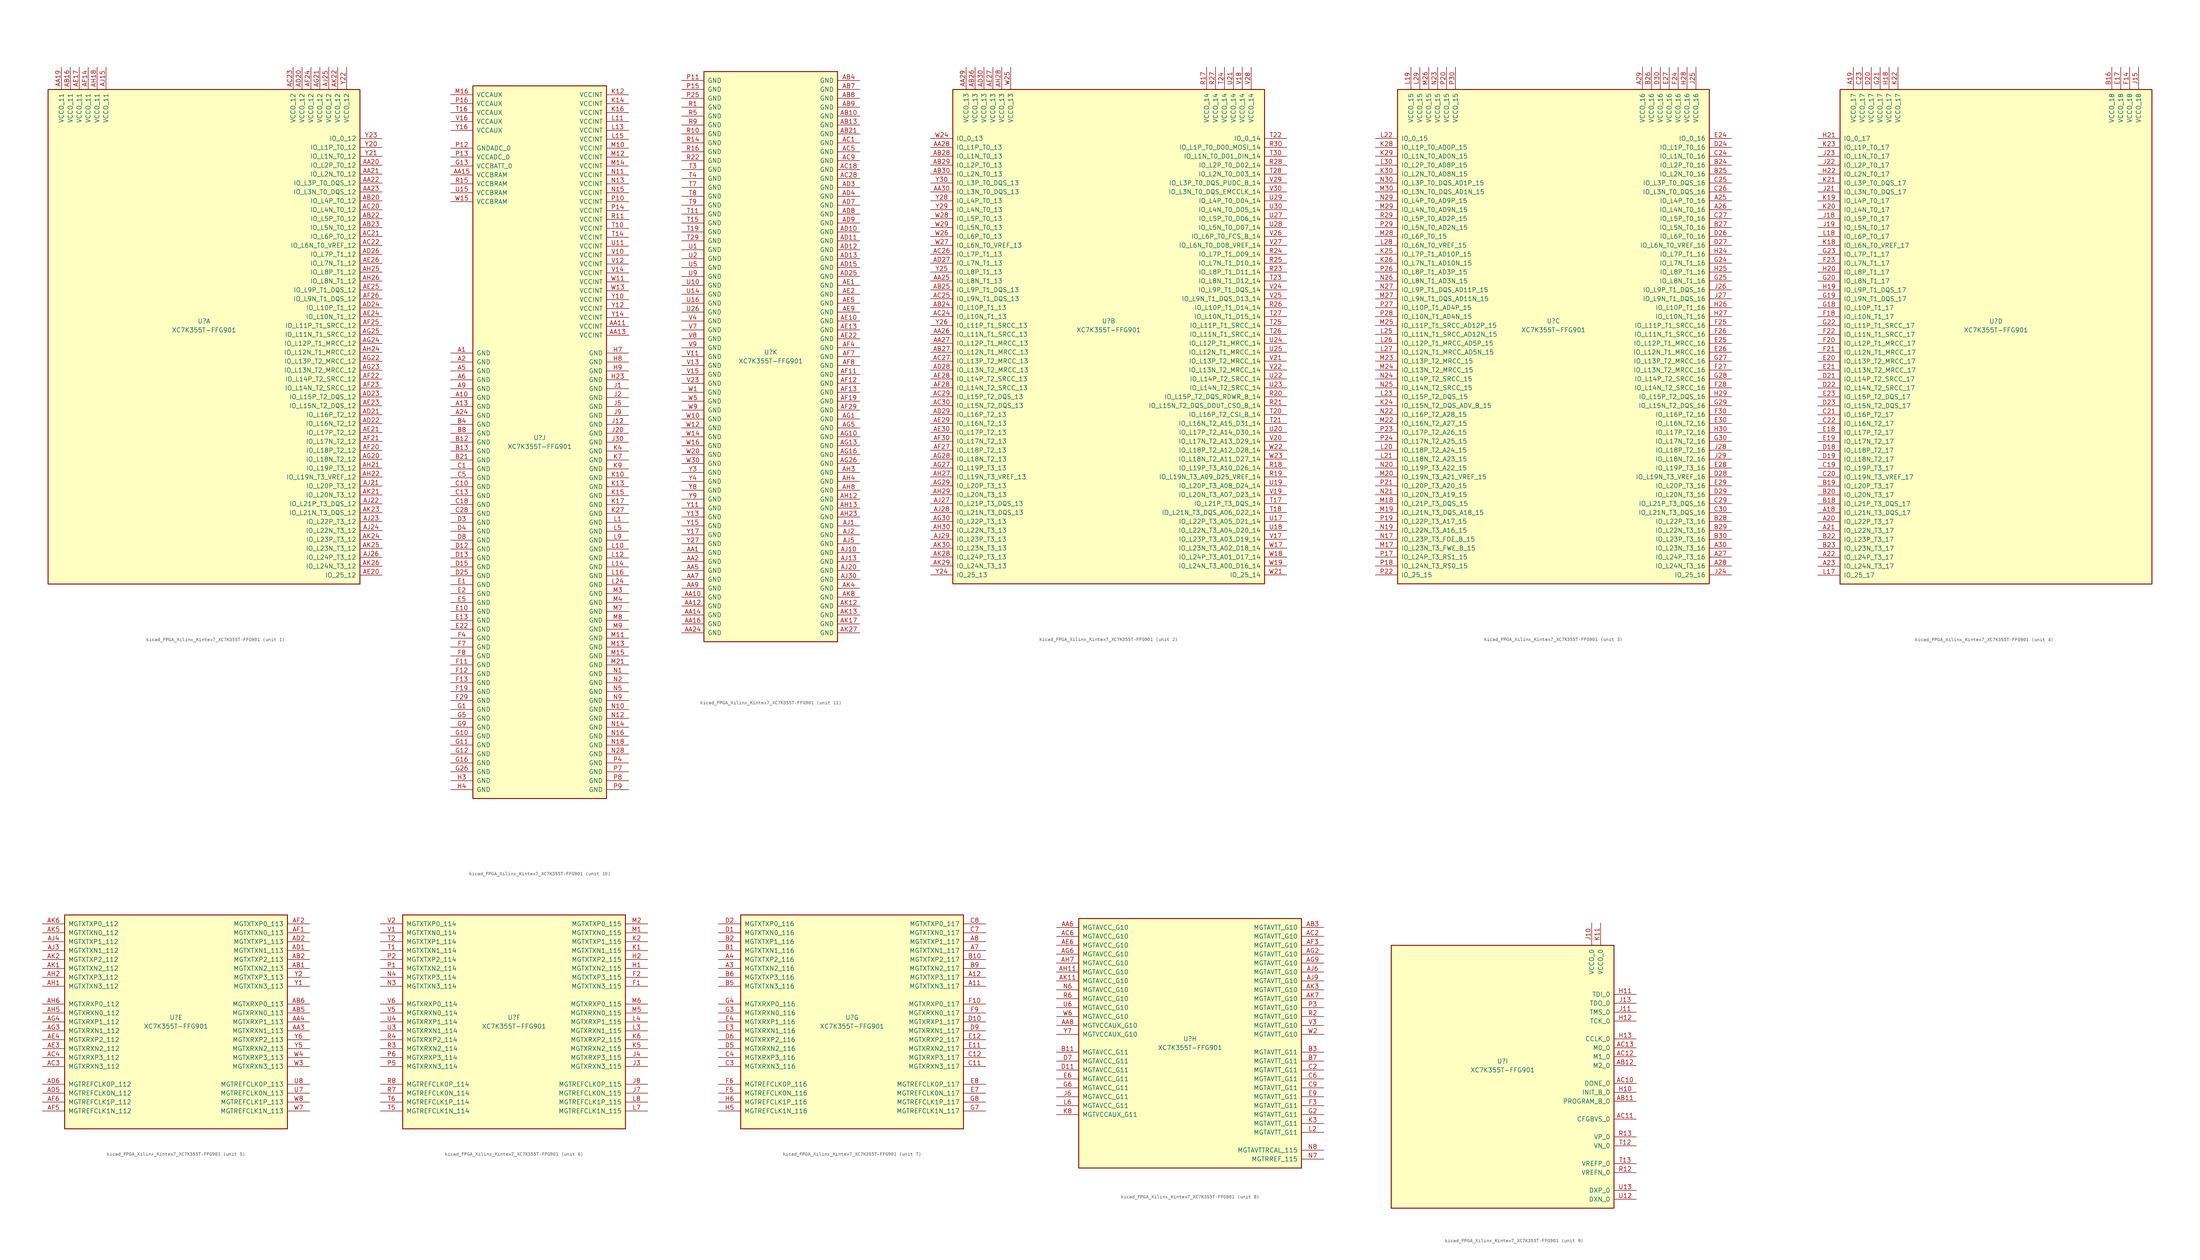
<source format=kicad_sym>
(kicad_symbol_lib
  (version 20220914)
  (generator kicad_symbol_editor)
  (symbol "kicad_FPGA_Xilinx_Kintex7_XC7K355T-FFG901"
    (pin_names
      (offset 1.016))
    (property "Reference" "U"
      (at 0 1.27 0)
      (effects (font (size 1.27 1.27))))
    (property "Value" "XC7K355T-FFG901"
      (at 0 -1.27 0)
      (effects (font (size 1.27 1.27))))
    (property "Datasheet" ""
      (at 0 0 0)
      (effects (font (size 1.27 1.27))))
    (property "ki_locked" ""
      (at 0 0 0)
      (effects (font (size 1.27 1.27))))
    (symbol "kicad_FPGA_Xilinx_Kintex7_XC7K355T-FFG901_1_1"
      (rectangle (start -44.45 67.31) (end 44.45 -73.66) (stroke (width 0.254) (type default)) (fill (type background)))
      (pin power_in line (at -40.64 73.66 270) (length 6.35) (name "VCCO_11" (effects (font (size 1.27 1.27)))) (number "AA19" (effects (font (size 1.27 1.27)))))
      (pin bidirectional line (at 50.8 45.72 180) (length 6.35) (name "IO_L2P_T0_12" (effects (font (size 1.27 1.27)))) (number "AA20" (effects (font (size 1.27 1.27)))))
      (pin bidirectional line (at 50.8 43.18 180) (length 6.35) (name "IO_L2N_T0_12" (effects (font (size 1.27 1.27)))) (number "AA21" (effects (font (size 1.27 1.27)))))
      (pin bidirectional line (at 50.8 40.64 180) (length 6.35) (name "IO_L3P_T0_DQS_12" (effects (font (size 1.27 1.27)))) (number "AA22" (effects (font (size 1.27 1.27)))))
      (pin bidirectional line (at 50.8 38.1 180) (length 6.35) (name "IO_L3N_T0_DQS_12" (effects (font (size 1.27 1.27)))) (number "AA23" (effects (font (size 1.27 1.27)))))
      (pin power_in line (at -38.1 73.66 270) (length 6.35) (name "VCCO_11" (effects (font (size 1.27 1.27)))) (number "AB16" (effects (font (size 1.27 1.27)))))
      (pin bidirectional line (at 50.8 35.56 180) (length 6.35) (name "IO_L4P_T0_12" (effects (font (size 1.27 1.27)))) (number "AB20" (effects (font (size 1.27 1.27)))))
      (pin bidirectional line (at 50.8 30.48 180) (length 6.35) (name "IO_L5P_T0_12" (effects (font (size 1.27 1.27)))) (number "AB22" (effects (font (size 1.27 1.27)))))
      (pin bidirectional line (at 50.8 27.94 180) (length 6.35) (name "IO_L5N_T0_12" (effects (font (size 1.27 1.27)))) (number "AB23" (effects (font (size 1.27 1.27)))))
      (pin bidirectional line (at 50.8 33.02 180) (length 6.35) (name "IO_L4N_T0_12" (effects (font (size 1.27 1.27)))) (number "AC20" (effects (font (size 1.27 1.27)))))
      (pin bidirectional line (at 50.8 25.4 180) (length 6.35) (name "IO_L6P_T0_12" (effects (font (size 1.27 1.27)))) (number "AC21" (effects (font (size 1.27 1.27)))))
      (pin bidirectional line (at 50.8 22.86 180) (length 6.35) (name "IO_L6N_T0_VREF_12" (effects (font (size 1.27 1.27)))) (number "AC22" (effects (font (size 1.27 1.27)))))
      (pin power_in line (at 25.4 73.66 270) (length 6.35) (name "VCCO_12" (effects (font (size 1.27 1.27)))) (number "AC23" (effects (font (size 1.27 1.27)))))
      (pin power_in line (at 27.94 73.66 270) (length 6.35) (name "VCCO_12" (effects (font (size 1.27 1.27)))) (number "AD20" (effects (font (size 1.27 1.27)))))
      (pin bidirectional line (at 50.8 -25.4 180) (length 6.35) (name "IO_L16P_T2_12" (effects (font (size 1.27 1.27)))) (number "AD21" (effects (font (size 1.27 1.27)))))
      (pin bidirectional line (at 50.8 -27.94 180) (length 6.35) (name "IO_L16N_T2_12" (effects (font (size 1.27 1.27)))) (number "AD22" (effects (font (size 1.27 1.27)))))
      (pin bidirectional line (at 50.8 -20.32 180) (length 6.35) (name "IO_L15P_T2_DQS_12" (effects (font (size 1.27 1.27)))) (number "AD23" (effects (font (size 1.27 1.27)))))
      (pin bidirectional line (at 50.8 5.08 180) (length 6.35) (name "IO_L10P_T1_12" (effects (font (size 1.27 1.27)))) (number "AD24" (effects (font (size 1.27 1.27)))))
      (pin bidirectional line (at 50.8 20.32 180) (length 6.35) (name "IO_L7P_T1_12" (effects (font (size 1.27 1.27)))) (number "AD26" (effects (font (size 1.27 1.27)))))
      (pin power_in line (at -35.56 73.66 270) (length 6.35) (name "VCCO_11" (effects (font (size 1.27 1.27)))) (number "AE17" (effects (font (size 1.27 1.27)))))
      (pin bidirectional line (at 50.8 -71.12 180) (length 6.35) (name "IO_25_12" (effects (font (size 1.27 1.27)))) (number "AE20" (effects (font (size 1.27 1.27)))))
      (pin bidirectional line (at 50.8 -30.48 180) (length 6.35) (name "IO_L17P_T2_12" (effects (font (size 1.27 1.27)))) (number "AE21" (effects (font (size 1.27 1.27)))))
      (pin bidirectional line (at 50.8 -22.86 180) (length 6.35) (name "IO_L15N_T2_DQS_12" (effects (font (size 1.27 1.27)))) (number "AE23" (effects (font (size 1.27 1.27)))))
      (pin bidirectional line (at 50.8 2.54 180) (length 6.35) (name "IO_L10N_T1_12" (effects (font (size 1.27 1.27)))) (number "AE24" (effects (font (size 1.27 1.27)))))
      (pin bidirectional line (at 50.8 10.16 180) (length 6.35) (name "IO_L9P_T1_DQS_12" (effects (font (size 1.27 1.27)))) (number "AE25" (effects (font (size 1.27 1.27)))))
      (pin bidirectional line (at 50.8 17.78 180) (length 6.35) (name "IO_L7N_T1_12" (effects (font (size 1.27 1.27)))) (number "AE26" (effects (font (size 1.27 1.27)))))
      (pin power_in line (at -33.02 73.66 270) (length 6.35) (name "VCCO_11" (effects (font (size 1.27 1.27)))) (number "AF14" (effects (font (size 1.27 1.27)))))
      (pin bidirectional line (at 50.8 -35.56 180) (length 6.35) (name "IO_L18P_T2_12" (effects (font (size 1.27 1.27)))) (number "AF20" (effects (font (size 1.27 1.27)))))
      (pin bidirectional line (at 50.8 -33.02 180) (length 6.35) (name "IO_L17N_T2_12" (effects (font (size 1.27 1.27)))) (number "AF21" (effects (font (size 1.27 1.27)))))
      (pin bidirectional line (at 50.8 -15.24 180) (length 6.35) (name "IO_L14P_T2_SRCC_12" (effects (font (size 1.27 1.27)))) (number "AF22" (effects (font (size 1.27 1.27)))))
      (pin bidirectional line (at 50.8 -17.78 180) (length 6.35) (name "IO_L14N_T2_SRCC_12" (effects (font (size 1.27 1.27)))) (number "AF23" (effects (font (size 1.27 1.27)))))
      (pin power_in line (at 30.48 73.66 270) (length 6.35) (name "VCCO_12" (effects (font (size 1.27 1.27)))) (number "AF24" (effects (font (size 1.27 1.27)))))
      (pin bidirectional line (at 50.8 0 180) (length 6.35) (name "IO_L11P_T1_SRCC_12" (effects (font (size 1.27 1.27)))) (number "AF25" (effects (font (size 1.27 1.27)))))
      (pin bidirectional line (at 50.8 7.62 180) (length 6.35) (name "IO_L9N_T1_DQS_12" (effects (font (size 1.27 1.27)))) (number "AF26" (effects (font (size 1.27 1.27)))))
      (pin bidirectional line (at 50.8 -38.1 180) (length 6.35) (name "IO_L18N_T2_12" (effects (font (size 1.27 1.27)))) (number "AG20" (effects (font (size 1.27 1.27)))))
      (pin power_in line (at 33.02 73.66 270) (length 6.35) (name "VCCO_12" (effects (font (size 1.27 1.27)))) (number "AG21" (effects (font (size 1.27 1.27)))))
      (pin bidirectional line (at 50.8 -10.16 180) (length 6.35) (name "IO_L13P_T2_MRCC_12" (effects (font (size 1.27 1.27)))) (number "AG22" (effects (font (size 1.27 1.27)))))
      (pin bidirectional line (at 50.8 -12.7 180) (length 6.35) (name "IO_L13N_T2_MRCC_12" (effects (font (size 1.27 1.27)))) (number "AG23" (effects (font (size 1.27 1.27)))))
      (pin bidirectional line (at 50.8 -5.08 180) (length 6.35) (name "IO_L12P_T1_MRCC_12" (effects (font (size 1.27 1.27)))) (number "AG24" (effects (font (size 1.27 1.27)))))
      (pin bidirectional line (at 50.8 -2.54 180) (length 6.35) (name "IO_L11N_T1_SRCC_12" (effects (font (size 1.27 1.27)))) (number "AG25" (effects (font (size 1.27 1.27)))))
      (pin power_in line (at -30.48 73.66 270) (length 6.35) (name "VCCO_11" (effects (font (size 1.27 1.27)))) (number "AH18" (effects (font (size 1.27 1.27)))))
      (pin bidirectional line (at 50.8 -40.64 180) (length 6.35) (name "IO_L19P_T3_12" (effects (font (size 1.27 1.27)))) (number "AH21" (effects (font (size 1.27 1.27)))))
      (pin bidirectional line (at 50.8 -43.18 180) (length 6.35) (name "IO_L19N_T3_VREF_12" (effects (font (size 1.27 1.27)))) (number "AH22" (effects (font (size 1.27 1.27)))))
      (pin bidirectional line (at 50.8 -7.62 180) (length 6.35) (name "IO_L12N_T1_MRCC_12" (effects (font (size 1.27 1.27)))) (number "AH24" (effects (font (size 1.27 1.27)))))
      (pin bidirectional line (at 50.8 15.24 180) (length 6.35) (name "IO_L8P_T1_12" (effects (font (size 1.27 1.27)))) (number "AH25" (effects (font (size 1.27 1.27)))))
      (pin bidirectional line (at 50.8 12.7 180) (length 6.35) (name "IO_L8N_T1_12" (effects (font (size 1.27 1.27)))) (number "AH26" (effects (font (size 1.27 1.27)))))
      (pin power_in line (at -27.94 73.66 270) (length 6.35) (name "VCCO_11" (effects (font (size 1.27 1.27)))) (number "AJ15" (effects (font (size 1.27 1.27)))))
      (pin bidirectional line (at 50.8 -45.72 180) (length 6.35) (name "IO_L20P_T3_12" (effects (font (size 1.27 1.27)))) (number "AJ21" (effects (font (size 1.27 1.27)))))
      (pin bidirectional line (at 50.8 -50.8 180) (length 6.35) (name "IO_L21P_T3_DQS_12" (effects (font (size 1.27 1.27)))) (number "AJ22" (effects (font (size 1.27 1.27)))))
      (pin bidirectional line (at 50.8 -55.88 180) (length 6.35) (name "IO_L22P_T3_12" (effects (font (size 1.27 1.27)))) (number "AJ23" (effects (font (size 1.27 1.27)))))
      (pin bidirectional line (at 50.8 -58.42 180) (length 6.35) (name "IO_L22N_T3_12" (effects (font (size 1.27 1.27)))) (number "AJ24" (effects (font (size 1.27 1.27)))))
      (pin power_in line (at 35.56 73.66 270) (length 6.35) (name "VCCO_12" (effects (font (size 1.27 1.27)))) (number "AJ25" (effects (font (size 1.27 1.27)))))
      (pin bidirectional line (at 50.8 -66.04 180) (length 6.35) (name "IO_L24P_T3_12" (effects (font (size 1.27 1.27)))) (number "AJ26" (effects (font (size 1.27 1.27)))))
      (pin bidirectional line (at 50.8 -48.26 180) (length 6.35) (name "IO_L20N_T3_12" (effects (font (size 1.27 1.27)))) (number "AK21" (effects (font (size 1.27 1.27)))))
      (pin power_in line (at 38.1 73.66 270) (length 6.35) (name "VCCO_12" (effects (font (size 1.27 1.27)))) (number "AK22" (effects (font (size 1.27 1.27)))))
      (pin bidirectional line (at 50.8 -53.34 180) (length 6.35) (name "IO_L21N_T3_DQS_12" (effects (font (size 1.27 1.27)))) (number "AK23" (effects (font (size 1.27 1.27)))))
      (pin bidirectional line (at 50.8 -60.96 180) (length 6.35) (name "IO_L23P_T3_12" (effects (font (size 1.27 1.27)))) (number "AK24" (effects (font (size 1.27 1.27)))))
      (pin bidirectional line (at 50.8 -63.5 180) (length 6.35) (name "IO_L23N_T3_12" (effects (font (size 1.27 1.27)))) (number "AK25" (effects (font (size 1.27 1.27)))))
      (pin bidirectional line (at 50.8 -68.58 180) (length 6.35) (name "IO_L24N_T3_12" (effects (font (size 1.27 1.27)))) (number "AK26" (effects (font (size 1.27 1.27)))))
      (pin bidirectional line (at 50.8 50.8 180) (length 6.35) (name "IO_L1P_T0_12" (effects (font (size 1.27 1.27)))) (number "Y20" (effects (font (size 1.27 1.27)))))
      (pin bidirectional line (at 50.8 48.26 180) (length 6.35) (name "IO_L1N_T0_12" (effects (font (size 1.27 1.27)))) (number "Y21" (effects (font (size 1.27 1.27)))))
      (pin power_in line (at 40.64 73.66 270) (length 6.35) (name "VCCO_12" (effects (font (size 1.27 1.27)))) (number "Y22" (effects (font (size 1.27 1.27)))))
      (pin bidirectional line (at 50.8 53.34 180) (length 6.35) (name "IO_0_12" (effects (font (size 1.27 1.27)))) (number "Y23" (effects (font (size 1.27 1.27))))))
    (symbol "kicad_FPGA_Xilinx_Kintex7_XC7K355T-FFG901_2_1"
      (rectangle (start -44.45 67.31) (end 44.45 -73.66) (stroke (width 0.254) (type default)) (fill (type background)))
      (pin bidirectional line (at -50.8 12.7 0) (length 6.35) (name "IO_L8N_T1_13" (effects (font (size 1.27 1.27)))) (number "AA25" (effects (font (size 1.27 1.27)))))
      (pin bidirectional line (at -50.8 -2.54 0) (length 6.35) (name "IO_L11N_T1_SRCC_13" (effects (font (size 1.27 1.27)))) (number "AA26" (effects (font (size 1.27 1.27)))))
      (pin bidirectional line (at -50.8 -5.08 0) (length 6.35) (name "IO_L12P_T1_MRCC_13" (effects (font (size 1.27 1.27)))) (number "AA27" (effects (font (size 1.27 1.27)))))
      (pin bidirectional line (at -50.8 50.8 0) (length 6.35) (name "IO_L1P_T0_13" (effects (font (size 1.27 1.27)))) (number "AA28" (effects (font (size 1.27 1.27)))))
      (pin power_in line (at -40.64 73.66 270) (length 6.35) (name "VCCO_13" (effects (font (size 1.27 1.27)))) (number "AA29" (effects (font (size 1.27 1.27)))))
      (pin bidirectional line (at -50.8 38.1 0) (length 6.35) (name "IO_L3N_T0_DQS_13" (effects (font (size 1.27 1.27)))) (number "AA30" (effects (font (size 1.27 1.27)))))
      (pin bidirectional line (at -50.8 5.08 0) (length 6.35) (name "IO_L10P_T1_13" (effects (font (size 1.27 1.27)))) (number "AB24" (effects (font (size 1.27 1.27)))))
      (pin bidirectional line (at -50.8 10.16 0) (length 6.35) (name "IO_L9P_T1_DQS_13" (effects (font (size 1.27 1.27)))) (number "AB25" (effects (font (size 1.27 1.27)))))
      (pin power_in line (at -38.1 73.66 270) (length 6.35) (name "VCCO_13" (effects (font (size 1.27 1.27)))) (number "AB26" (effects (font (size 1.27 1.27)))))
      (pin bidirectional line (at -50.8 -7.62 0) (length 6.35) (name "IO_L12N_T1_MRCC_13" (effects (font (size 1.27 1.27)))) (number "AB27" (effects (font (size 1.27 1.27)))))
      (pin bidirectional line (at -50.8 48.26 0) (length 6.35) (name "IO_L1N_T0_13" (effects (font (size 1.27 1.27)))) (number "AB28" (effects (font (size 1.27 1.27)))))
      (pin bidirectional line (at -50.8 45.72 0) (length 6.35) (name "IO_L2P_T0_13" (effects (font (size 1.27 1.27)))) (number "AB29" (effects (font (size 1.27 1.27)))))
      (pin bidirectional line (at -50.8 43.18 0) (length 6.35) (name "IO_L2N_T0_13" (effects (font (size 1.27 1.27)))) (number "AB30" (effects (font (size 1.27 1.27)))))
      (pin bidirectional line (at -50.8 2.54 0) (length 6.35) (name "IO_L10N_T1_13" (effects (font (size 1.27 1.27)))) (number "AC24" (effects (font (size 1.27 1.27)))))
      (pin bidirectional line (at -50.8 7.62 0) (length 6.35) (name "IO_L9N_T1_DQS_13" (effects (font (size 1.27 1.27)))) (number "AC25" (effects (font (size 1.27 1.27)))))
      (pin bidirectional line (at -50.8 20.32 0) (length 6.35) (name "IO_L7P_T1_13" (effects (font (size 1.27 1.27)))) (number "AC26" (effects (font (size 1.27 1.27)))))
      (pin bidirectional line (at -50.8 -10.16 0) (length 6.35) (name "IO_L13P_T2_MRCC_13" (effects (font (size 1.27 1.27)))) (number "AC27" (effects (font (size 1.27 1.27)))))
      (pin bidirectional line (at -50.8 -20.32 0) (length 6.35) (name "IO_L15P_T2_DQS_13" (effects (font (size 1.27 1.27)))) (number "AC29" (effects (font (size 1.27 1.27)))))
      (pin bidirectional line (at -50.8 -22.86 0) (length 6.35) (name "IO_L15N_T2_DQS_13" (effects (font (size 1.27 1.27)))) (number "AC30" (effects (font (size 1.27 1.27)))))
      (pin bidirectional line (at -50.8 17.78 0) (length 6.35) (name "IO_L7N_T1_13" (effects (font (size 1.27 1.27)))) (number "AD27" (effects (font (size 1.27 1.27)))))
      (pin bidirectional line (at -50.8 -12.7 0) (length 6.35) (name "IO_L13N_T2_MRCC_13" (effects (font (size 1.27 1.27)))) (number "AD28" (effects (font (size 1.27 1.27)))))
      (pin bidirectional line (at -50.8 -25.4 0) (length 6.35) (name "IO_L16P_T2_13" (effects (font (size 1.27 1.27)))) (number "AD29" (effects (font (size 1.27 1.27)))))
      (pin power_in line (at -35.56 73.66 270) (length 6.35) (name "VCCO_13" (effects (font (size 1.27 1.27)))) (number "AD30" (effects (font (size 1.27 1.27)))))
      (pin power_in line (at -33.02 73.66 270) (length 6.35) (name "VCCO_13" (effects (font (size 1.27 1.27)))) (number "AE27" (effects (font (size 1.27 1.27)))))
      (pin bidirectional line (at -50.8 -15.24 0) (length 6.35) (name "IO_L14P_T2_SRCC_13" (effects (font (size 1.27 1.27)))) (number "AE28" (effects (font (size 1.27 1.27)))))
      (pin bidirectional line (at -50.8 -27.94 0) (length 6.35) (name "IO_L16N_T2_13" (effects (font (size 1.27 1.27)))) (number "AE29" (effects (font (size 1.27 1.27)))))
      (pin bidirectional line (at -50.8 -30.48 0) (length 6.35) (name "IO_L17P_T2_13" (effects (font (size 1.27 1.27)))) (number "AE30" (effects (font (size 1.27 1.27)))))
      (pin bidirectional line (at -50.8 -35.56 0) (length 6.35) (name "IO_L18P_T2_13" (effects (font (size 1.27 1.27)))) (number "AF27" (effects (font (size 1.27 1.27)))))
      (pin bidirectional line (at -50.8 -17.78 0) (length 6.35) (name "IO_L14N_T2_SRCC_13" (effects (font (size 1.27 1.27)))) (number "AF28" (effects (font (size 1.27 1.27)))))
      (pin bidirectional line (at -50.8 -33.02 0) (length 6.35) (name "IO_L17N_T2_13" (effects (font (size 1.27 1.27)))) (number "AF30" (effects (font (size 1.27 1.27)))))
      (pin bidirectional line (at -50.8 -40.64 0) (length 6.35) (name "IO_L19P_T3_13" (effects (font (size 1.27 1.27)))) (number "AG27" (effects (font (size 1.27 1.27)))))
      (pin bidirectional line (at -50.8 -38.1 0) (length 6.35) (name "IO_L18N_T2_13" (effects (font (size 1.27 1.27)))) (number "AG28" (effects (font (size 1.27 1.27)))))
      (pin bidirectional line (at -50.8 -45.72 0) (length 6.35) (name "IO_L20P_T3_13" (effects (font (size 1.27 1.27)))) (number "AG29" (effects (font (size 1.27 1.27)))))
      (pin bidirectional line (at -50.8 -55.88 0) (length 6.35) (name "IO_L22P_T3_13" (effects (font (size 1.27 1.27)))) (number "AG30" (effects (font (size 1.27 1.27)))))
      (pin bidirectional line (at -50.8 -43.18 0) (length 6.35) (name "IO_L19N_T3_VREF_13" (effects (font (size 1.27 1.27)))) (number "AH27" (effects (font (size 1.27 1.27)))))
      (pin power_in line (at -30.48 73.66 270) (length 6.35) (name "VCCO_13" (effects (font (size 1.27 1.27)))) (number "AH28" (effects (font (size 1.27 1.27)))))
      (pin bidirectional line (at -50.8 -48.26 0) (length 6.35) (name "IO_L20N_T3_13" (effects (font (size 1.27 1.27)))) (number "AH29" (effects (font (size 1.27 1.27)))))
      (pin bidirectional line (at -50.8 -58.42 0) (length 6.35) (name "IO_L22N_T3_13" (effects (font (size 1.27 1.27)))) (number "AH30" (effects (font (size 1.27 1.27)))))
      (pin bidirectional line (at -50.8 -50.8 0) (length 6.35) (name "IO_L21P_T3_DQS_13" (effects (font (size 1.27 1.27)))) (number "AJ27" (effects (font (size 1.27 1.27)))))
      (pin bidirectional line (at -50.8 -53.34 0) (length 6.35) (name "IO_L21N_T3_DQS_13" (effects (font (size 1.27 1.27)))) (number "AJ28" (effects (font (size 1.27 1.27)))))
      (pin bidirectional line (at -50.8 -60.96 0) (length 6.35) (name "IO_L23P_T3_13" (effects (font (size 1.27 1.27)))) (number "AJ29" (effects (font (size 1.27 1.27)))))
      (pin bidirectional line (at -50.8 -66.04 0) (length 6.35) (name "IO_L24P_T3_13" (effects (font (size 1.27 1.27)))) (number "AK28" (effects (font (size 1.27 1.27)))))
      (pin bidirectional line (at -50.8 -68.58 0) (length 6.35) (name "IO_L24N_T3_13" (effects (font (size 1.27 1.27)))) (number "AK29" (effects (font (size 1.27 1.27)))))
      (pin bidirectional line (at -50.8 -63.5 0) (length 6.35) (name "IO_L23N_T3_13" (effects (font (size 1.27 1.27)))) (number "AK30" (effects (font (size 1.27 1.27)))))
      (pin power_in line (at 27.94 73.66 270) (length 6.35) (name "VCCO_14" (effects (font (size 1.27 1.27)))) (number "R17" (effects (font (size 1.27 1.27)))))
      (pin bidirectional line (at 50.8 -40.64 180) (length 6.35) (name "IO_L19P_T3_A10_D26_14" (effects (font (size 1.27 1.27)))) (number "R18" (effects (font (size 1.27 1.27)))))
      (pin bidirectional line (at 50.8 -43.18 180) (length 6.35) (name "IO_L19N_T3_A09_D25_VREF_14" (effects (font (size 1.27 1.27)))) (number "R19" (effects (font (size 1.27 1.27)))))
      (pin bidirectional line (at 50.8 -20.32 180) (length 6.35) (name "IO_L15P_T2_DQS_RDWR_B_14" (effects (font (size 1.27 1.27)))) (number "R20" (effects (font (size 1.27 1.27)))))
      (pin bidirectional line (at 50.8 -22.86 180) (length 6.35) (name "IO_L15N_T2_DQS_DOUT_CSO_B_14" (effects (font (size 1.27 1.27)))) (number "R21" (effects (font (size 1.27 1.27)))))
      (pin bidirectional line (at 50.8 15.24 180) (length 6.35) (name "IO_L8P_T1_D11_14" (effects (font (size 1.27 1.27)))) (number "R23" (effects (font (size 1.27 1.27)))))
      (pin bidirectional line (at 50.8 20.32 180) (length 6.35) (name "IO_L7P_T1_D09_14" (effects (font (size 1.27 1.27)))) (number "R24" (effects (font (size 1.27 1.27)))))
      (pin bidirectional line (at 50.8 17.78 180) (length 6.35) (name "IO_L7N_T1_D10_14" (effects (font (size 1.27 1.27)))) (number "R25" (effects (font (size 1.27 1.27)))))
      (pin bidirectional line (at 50.8 5.08 180) (length 6.35) (name "IO_L10P_T1_D14_14" (effects (font (size 1.27 1.27)))) (number "R26" (effects (font (size 1.27 1.27)))))
      (pin power_in line (at 30.48 73.66 270) (length 6.35) (name "VCCO_14" (effects (font (size 1.27 1.27)))) (number "R27" (effects (font (size 1.27 1.27)))))
      (pin bidirectional line (at 50.8 45.72 180) (length 6.35) (name "IO_L2P_T0_D02_14" (effects (font (size 1.27 1.27)))) (number "R28" (effects (font (size 1.27 1.27)))))
      (pin bidirectional line (at 50.8 50.8 180) (length 6.35) (name "IO_L1P_T0_D00_MOSI_14" (effects (font (size 1.27 1.27)))) (number "R30" (effects (font (size 1.27 1.27)))))
      (pin bidirectional line (at 50.8 -50.8 180) (length 6.35) (name "IO_L21P_T3_DQS_14" (effects (font (size 1.27 1.27)))) (number "T17" (effects (font (size 1.27 1.27)))))
      (pin bidirectional line (at 50.8 -53.34 180) (length 6.35) (name "IO_L21N_T3_DQS_A06_D22_14" (effects (font (size 1.27 1.27)))) (number "T18" (effects (font (size 1.27 1.27)))))
      (pin bidirectional line (at 50.8 -25.4 180) (length 6.35) (name "IO_L16P_T2_CSI_B_14" (effects (font (size 1.27 1.27)))) (number "T20" (effects (font (size 1.27 1.27)))))
      (pin bidirectional line (at 50.8 -27.94 180) (length 6.35) (name "IO_L16N_T2_A15_D31_14" (effects (font (size 1.27 1.27)))) (number "T21" (effects (font (size 1.27 1.27)))))
      (pin bidirectional line (at 50.8 53.34 180) (length 6.35) (name "IO_0_14" (effects (font (size 1.27 1.27)))) (number "T22" (effects (font (size 1.27 1.27)))))
      (pin bidirectional line (at 50.8 12.7 180) (length 6.35) (name "IO_L8N_T1_D12_14" (effects (font (size 1.27 1.27)))) (number "T23" (effects (font (size 1.27 1.27)))))
      (pin power_in line (at 33.02 73.66 270) (length 6.35) (name "VCCO_14" (effects (font (size 1.27 1.27)))) (number "T24" (effects (font (size 1.27 1.27)))))
      (pin bidirectional line (at 50.8 0 180) (length 6.35) (name "IO_L11P_T1_SRCC_14" (effects (font (size 1.27 1.27)))) (number "T25" (effects (font (size 1.27 1.27)))))
      (pin bidirectional line (at 50.8 -2.54 180) (length 6.35) (name "IO_L11N_T1_SRCC_14" (effects (font (size 1.27 1.27)))) (number "T26" (effects (font (size 1.27 1.27)))))
      (pin bidirectional line (at 50.8 2.54 180) (length 6.35) (name "IO_L10N_T1_D15_14" (effects (font (size 1.27 1.27)))) (number "T27" (effects (font (size 1.27 1.27)))))
      (pin bidirectional line (at 50.8 43.18 180) (length 6.35) (name "IO_L2N_T0_D03_14" (effects (font (size 1.27 1.27)))) (number "T28" (effects (font (size 1.27 1.27)))))
      (pin bidirectional line (at 50.8 48.26 180) (length 6.35) (name "IO_L1N_T0_D01_DIN_14" (effects (font (size 1.27 1.27)))) (number "T30" (effects (font (size 1.27 1.27)))))
      (pin bidirectional line (at 50.8 -55.88 180) (length 6.35) (name "IO_L22P_T3_A05_D21_14" (effects (font (size 1.27 1.27)))) (number "U17" (effects (font (size 1.27 1.27)))))
      (pin bidirectional line (at 50.8 -58.42 180) (length 6.35) (name "IO_L22N_T3_A04_D20_14" (effects (font (size 1.27 1.27)))) (number "U18" (effects (font (size 1.27 1.27)))))
      (pin bidirectional line (at 50.8 -45.72 180) (length 6.35) (name "IO_L20P_T3_A08_D24_14" (effects (font (size 1.27 1.27)))) (number "U19" (effects (font (size 1.27 1.27)))))
      (pin bidirectional line (at 50.8 -30.48 180) (length 6.35) (name "IO_L17P_T2_A14_D30_14" (effects (font (size 1.27 1.27)))) (number "U20" (effects (font (size 1.27 1.27)))))
      (pin power_in line (at 35.56 73.66 270) (length 6.35) (name "VCCO_14" (effects (font (size 1.27 1.27)))) (number "U21" (effects (font (size 1.27 1.27)))))
      (pin bidirectional line (at 50.8 -15.24 180) (length 6.35) (name "IO_L14P_T2_SRCC_14" (effects (font (size 1.27 1.27)))) (number "U22" (effects (font (size 1.27 1.27)))))
      (pin bidirectional line (at 50.8 -17.78 180) (length 6.35) (name "IO_L14N_T2_SRCC_14" (effects (font (size 1.27 1.27)))) (number "U23" (effects (font (size 1.27 1.27)))))
      (pin bidirectional line (at 50.8 -5.08 180) (length 6.35) (name "IO_L12P_T1_MRCC_14" (effects (font (size 1.27 1.27)))) (number "U24" (effects (font (size 1.27 1.27)))))
      (pin bidirectional line (at 50.8 -7.62 180) (length 6.35) (name "IO_L12N_T1_MRCC_14" (effects (font (size 1.27 1.27)))) (number "U25" (effects (font (size 1.27 1.27)))))
      (pin bidirectional line (at 50.8 30.48 180) (length 6.35) (name "IO_L5P_T0_D06_14" (effects (font (size 1.27 1.27)))) (number "U27" (effects (font (size 1.27 1.27)))))
      (pin bidirectional line (at 50.8 27.94 180) (length 6.35) (name "IO_L5N_T0_D07_14" (effects (font (size 1.27 1.27)))) (number "U28" (effects (font (size 1.27 1.27)))))
      (pin bidirectional line (at 50.8 35.56 180) (length 6.35) (name "IO_L4P_T0_D04_14" (effects (font (size 1.27 1.27)))) (number "U29" (effects (font (size 1.27 1.27)))))
      (pin bidirectional line (at 50.8 33.02 180) (length 6.35) (name "IO_L4N_T0_D05_14" (effects (font (size 1.27 1.27)))) (number "U30" (effects (font (size 1.27 1.27)))))
      (pin bidirectional line (at 50.8 -60.96 180) (length 6.35) (name "IO_L23P_T3_A03_D19_14" (effects (font (size 1.27 1.27)))) (number "V17" (effects (font (size 1.27 1.27)))))
      (pin power_in line (at 38.1 73.66 270) (length 6.35) (name "VCCO_14" (effects (font (size 1.27 1.27)))) (number "V18" (effects (font (size 1.27 1.27)))))
      (pin bidirectional line (at 50.8 -48.26 180) (length 6.35) (name "IO_L20N_T3_A07_D23_14" (effects (font (size 1.27 1.27)))) (number "V19" (effects (font (size 1.27 1.27)))))
      (pin bidirectional line (at 50.8 -33.02 180) (length 6.35) (name "IO_L17N_T2_A13_D29_14" (effects (font (size 1.27 1.27)))) (number "V20" (effects (font (size 1.27 1.27)))))
      (pin bidirectional line (at 50.8 -10.16 180) (length 6.35) (name "IO_L13P_T2_MRCC_14" (effects (font (size 1.27 1.27)))) (number "V21" (effects (font (size 1.27 1.27)))))
      (pin bidirectional line (at 50.8 -12.7 180) (length 6.35) (name "IO_L13N_T2_MRCC_14" (effects (font (size 1.27 1.27)))) (number "V22" (effects (font (size 1.27 1.27)))))
      (pin bidirectional line (at 50.8 10.16 180) (length 6.35) (name "IO_L9P_T1_DQS_14" (effects (font (size 1.27 1.27)))) (number "V24" (effects (font (size 1.27 1.27)))))
      (pin bidirectional line (at 50.8 7.62 180) (length 6.35) (name "IO_L9N_T1_DQS_D13_14" (effects (font (size 1.27 1.27)))) (number "V25" (effects (font (size 1.27 1.27)))))
      (pin bidirectional line (at 50.8 25.4 180) (length 6.35) (name "IO_L6P_T0_FCS_B_14" (effects (font (size 1.27 1.27)))) (number "V26" (effects (font (size 1.27 1.27)))))
      (pin bidirectional line (at 50.8 22.86 180) (length 6.35) (name "IO_L6N_T0_D08_VREF_14" (effects (font (size 1.27 1.27)))) (number "V27" (effects (font (size 1.27 1.27)))))
      (pin power_in line (at 40.64 73.66 270) (length 6.35) (name "VCCO_14" (effects (font (size 1.27 1.27)))) (number "V28" (effects (font (size 1.27 1.27)))))
      (pin bidirectional line (at 50.8 40.64 180) (length 6.35) (name "IO_L3P_T0_DQS_PUDC_B_14" (effects (font (size 1.27 1.27)))) (number "V29" (effects (font (size 1.27 1.27)))))
      (pin bidirectional line (at 50.8 38.1 180) (length 6.35) (name "IO_L3N_T0_DQS_EMCCLK_14" (effects (font (size 1.27 1.27)))) (number "V30" (effects (font (size 1.27 1.27)))))
      (pin bidirectional line (at 50.8 -63.5 180) (length 6.35) (name "IO_L23N_T3_A02_D18_14" (effects (font (size 1.27 1.27)))) (number "W17" (effects (font (size 1.27 1.27)))))
      (pin bidirectional line (at 50.8 -66.04 180) (length 6.35) (name "IO_L24P_T3_A01_D17_14" (effects (font (size 1.27 1.27)))) (number "W18" (effects (font (size 1.27 1.27)))))
      (pin bidirectional line (at 50.8 -68.58 180) (length 6.35) (name "IO_L24N_T3_A00_D16_14" (effects (font (size 1.27 1.27)))) (number "W19" (effects (font (size 1.27 1.27)))))
      (pin bidirectional line (at 50.8 -71.12 180) (length 6.35) (name "IO_25_14" (effects (font (size 1.27 1.27)))) (number "W21" (effects (font (size 1.27 1.27)))))
      (pin bidirectional line (at 50.8 -35.56 180) (length 6.35) (name "IO_L18P_T2_A12_D28_14" (effects (font (size 1.27 1.27)))) (number "W22" (effects (font (size 1.27 1.27)))))
      (pin bidirectional line (at 50.8 -38.1 180) (length 6.35) (name "IO_L18N_T2_A11_D27_14" (effects (font (size 1.27 1.27)))) (number "W23" (effects (font (size 1.27 1.27)))))
      (pin bidirectional line (at -50.8 53.34 0) (length 6.35) (name "IO_0_13" (effects (font (size 1.27 1.27)))) (number "W24" (effects (font (size 1.27 1.27)))))
      (pin power_in line (at -27.94 73.66 270) (length 6.35) (name "VCCO_13" (effects (font (size 1.27 1.27)))) (number "W25" (effects (font (size 1.27 1.27)))))
      (pin bidirectional line (at -50.8 25.4 0) (length 6.35) (name "IO_L6P_T0_13" (effects (font (size 1.27 1.27)))) (number "W26" (effects (font (size 1.27 1.27)))))
      (pin bidirectional line (at -50.8 22.86 0) (length 6.35) (name "IO_L6N_T0_VREF_13" (effects (font (size 1.27 1.27)))) (number "W27" (effects (font (size 1.27 1.27)))))
      (pin bidirectional line (at -50.8 30.48 0) (length 6.35) (name "IO_L5P_T0_13" (effects (font (size 1.27 1.27)))) (number "W28" (effects (font (size 1.27 1.27)))))
      (pin bidirectional line (at -50.8 27.94 0) (length 6.35) (name "IO_L5N_T0_13" (effects (font (size 1.27 1.27)))) (number "W29" (effects (font (size 1.27 1.27)))))
      (pin bidirectional line (at -50.8 -71.12 0) (length 6.35) (name "IO_25_13" (effects (font (size 1.27 1.27)))) (number "Y24" (effects (font (size 1.27 1.27)))))
      (pin bidirectional line (at -50.8 15.24 0) (length 6.35) (name "IO_L8P_T1_13" (effects (font (size 1.27 1.27)))) (number "Y25" (effects (font (size 1.27 1.27)))))
      (pin bidirectional line (at -50.8 0 0) (length 6.35) (name "IO_L11P_T1_SRCC_13" (effects (font (size 1.27 1.27)))) (number "Y26" (effects (font (size 1.27 1.27)))))
      (pin bidirectional line (at -50.8 35.56 0) (length 6.35) (name "IO_L4P_T0_13" (effects (font (size 1.27 1.27)))) (number "Y28" (effects (font (size 1.27 1.27)))))
      (pin bidirectional line (at -50.8 33.02 0) (length 6.35) (name "IO_L4N_T0_13" (effects (font (size 1.27 1.27)))) (number "Y29" (effects (font (size 1.27 1.27)))))
      (pin bidirectional line (at -50.8 40.64 0) (length 6.35) (name "IO_L3P_T0_DQS_13" (effects (font (size 1.27 1.27)))) (number "Y30" (effects (font (size 1.27 1.27))))))
    (symbol "kicad_FPGA_Xilinx_Kintex7_XC7K355T-FFG901_3_1"
      (rectangle (start -44.45 67.31) (end 44.45 -73.66) (stroke (width 0.254) (type default)) (fill (type background)))
      (pin bidirectional line (at 50.8 35.56 180) (length 6.35) (name "IO_L4P_T0_16" (effects (font (size 1.27 1.27)))) (number "A25" (effects (font (size 1.27 1.27)))))
      (pin bidirectional line (at 50.8 33.02 180) (length 6.35) (name "IO_L4N_T0_16" (effects (font (size 1.27 1.27)))) (number "A26" (effects (font (size 1.27 1.27)))))
      (pin bidirectional line (at 50.8 -66.04 180) (length 6.35) (name "IO_L24P_T3_16" (effects (font (size 1.27 1.27)))) (number "A27" (effects (font (size 1.27 1.27)))))
      (pin bidirectional line (at 50.8 -68.58 180) (length 6.35) (name "IO_L24N_T3_16" (effects (font (size 1.27 1.27)))) (number "A28" (effects (font (size 1.27 1.27)))))
      (pin power_in line (at 25.4 73.66 270) (length 6.35) (name "VCCO_16" (effects (font (size 1.27 1.27)))) (number "A29" (effects (font (size 1.27 1.27)))))
      (pin bidirectional line (at 50.8 -63.5 180) (length 6.35) (name "IO_L23N_T3_16" (effects (font (size 1.27 1.27)))) (number "A30" (effects (font (size 1.27 1.27)))))
      (pin bidirectional line (at 50.8 45.72 180) (length 6.35) (name "IO_L2P_T0_16" (effects (font (size 1.27 1.27)))) (number "B24" (effects (font (size 1.27 1.27)))))
      (pin bidirectional line (at 50.8 43.18 180) (length 6.35) (name "IO_L2N_T0_16" (effects (font (size 1.27 1.27)))) (number "B25" (effects (font (size 1.27 1.27)))))
      (pin power_in line (at 27.94 73.66 270) (length 6.35) (name "VCCO_16" (effects (font (size 1.27 1.27)))) (number "B26" (effects (font (size 1.27 1.27)))))
      (pin bidirectional line (at 50.8 27.94 180) (length 6.35) (name "IO_L5N_T0_16" (effects (font (size 1.27 1.27)))) (number "B27" (effects (font (size 1.27 1.27)))))
      (pin bidirectional line (at 50.8 -55.88 180) (length 6.35) (name "IO_L22P_T3_16" (effects (font (size 1.27 1.27)))) (number "B28" (effects (font (size 1.27 1.27)))))
      (pin bidirectional line (at 50.8 -58.42 180) (length 6.35) (name "IO_L22N_T3_16" (effects (font (size 1.27 1.27)))) (number "B29" (effects (font (size 1.27 1.27)))))
      (pin bidirectional line (at 50.8 -60.96 180) (length 6.35) (name "IO_L23P_T3_16" (effects (font (size 1.27 1.27)))) (number "B30" (effects (font (size 1.27 1.27)))))
      (pin bidirectional line (at 50.8 48.26 180) (length 6.35) (name "IO_L1N_T0_16" (effects (font (size 1.27 1.27)))) (number "C24" (effects (font (size 1.27 1.27)))))
      (pin bidirectional line (at 50.8 40.64 180) (length 6.35) (name "IO_L3P_T0_DQS_16" (effects (font (size 1.27 1.27)))) (number "C25" (effects (font (size 1.27 1.27)))))
      (pin bidirectional line (at 50.8 38.1 180) (length 6.35) (name "IO_L3N_T0_DQS_16" (effects (font (size 1.27 1.27)))) (number "C26" (effects (font (size 1.27 1.27)))))
      (pin bidirectional line (at 50.8 30.48 180) (length 6.35) (name "IO_L5P_T0_16" (effects (font (size 1.27 1.27)))) (number "C27" (effects (font (size 1.27 1.27)))))
      (pin bidirectional line (at 50.8 -50.8 180) (length 6.35) (name "IO_L21P_T3_DQS_16" (effects (font (size 1.27 1.27)))) (number "C29" (effects (font (size 1.27 1.27)))))
      (pin bidirectional line (at 50.8 -53.34 180) (length 6.35) (name "IO_L21N_T3_DQS_16" (effects (font (size 1.27 1.27)))) (number "C30" (effects (font (size 1.27 1.27)))))
      (pin bidirectional line (at 50.8 50.8 180) (length 6.35) (name "IO_L1P_T0_16" (effects (font (size 1.27 1.27)))) (number "D24" (effects (font (size 1.27 1.27)))))
      (pin bidirectional line (at 50.8 25.4 180) (length 6.35) (name "IO_L6P_T0_16" (effects (font (size 1.27 1.27)))) (number "D26" (effects (font (size 1.27 1.27)))))
      (pin bidirectional line (at 50.8 22.86 180) (length 6.35) (name "IO_L6N_T0_VREF_16" (effects (font (size 1.27 1.27)))) (number "D27" (effects (font (size 1.27 1.27)))))
      (pin bidirectional line (at 50.8 -43.18 180) (length 6.35) (name "IO_L19N_T3_VREF_16" (effects (font (size 1.27 1.27)))) (number "D28" (effects (font (size 1.27 1.27)))))
      (pin bidirectional line (at 50.8 -48.26 180) (length 6.35) (name "IO_L20N_T3_16" (effects (font (size 1.27 1.27)))) (number "D29" (effects (font (size 1.27 1.27)))))
      (pin power_in line (at 30.48 73.66 270) (length 6.35) (name "VCCO_16" (effects (font (size 1.27 1.27)))) (number "D30" (effects (font (size 1.27 1.27)))))
      (pin bidirectional line (at 50.8 53.34 180) (length 6.35) (name "IO_0_16" (effects (font (size 1.27 1.27)))) (number "E24" (effects (font (size 1.27 1.27)))))
      (pin bidirectional line (at 50.8 -5.08 180) (length 6.35) (name "IO_L12P_T1_MRCC_16" (effects (font (size 1.27 1.27)))) (number "E25" (effects (font (size 1.27 1.27)))))
      (pin bidirectional line (at 50.8 -7.62 180) (length 6.35) (name "IO_L12N_T1_MRCC_16" (effects (font (size 1.27 1.27)))) (number "E26" (effects (font (size 1.27 1.27)))))
      (pin power_in line (at 33.02 73.66 270) (length 6.35) (name "VCCO_16" (effects (font (size 1.27 1.27)))) (number "E27" (effects (font (size 1.27 1.27)))))
      (pin bidirectional line (at 50.8 -40.64 180) (length 6.35) (name "IO_L19P_T3_16" (effects (font (size 1.27 1.27)))) (number "E28" (effects (font (size 1.27 1.27)))))
      (pin bidirectional line (at 50.8 -45.72 180) (length 6.35) (name "IO_L20P_T3_16" (effects (font (size 1.27 1.27)))) (number "E29" (effects (font (size 1.27 1.27)))))
      (pin bidirectional line (at 50.8 -27.94 180) (length 6.35) (name "IO_L16N_T2_16" (effects (font (size 1.27 1.27)))) (number "E30" (effects (font (size 1.27 1.27)))))
      (pin power_in line (at 35.56 73.66 270) (length 6.35) (name "VCCO_16" (effects (font (size 1.27 1.27)))) (number "F24" (effects (font (size 1.27 1.27)))))
      (pin bidirectional line (at 50.8 0 180) (length 6.35) (name "IO_L11P_T1_SRCC_16" (effects (font (size 1.27 1.27)))) (number "F25" (effects (font (size 1.27 1.27)))))
      (pin bidirectional line (at 50.8 -2.54 180) (length 6.35) (name "IO_L11N_T1_SRCC_16" (effects (font (size 1.27 1.27)))) (number "F26" (effects (font (size 1.27 1.27)))))
      (pin bidirectional line (at 50.8 -12.7 180) (length 6.35) (name "IO_L13N_T2_MRCC_16" (effects (font (size 1.27 1.27)))) (number "F27" (effects (font (size 1.27 1.27)))))
      (pin bidirectional line (at 50.8 -17.78 180) (length 6.35) (name "IO_L14N_T2_SRCC_16" (effects (font (size 1.27 1.27)))) (number "F28" (effects (font (size 1.27 1.27)))))
      (pin bidirectional line (at 50.8 -25.4 180) (length 6.35) (name "IO_L16P_T2_16" (effects (font (size 1.27 1.27)))) (number "F30" (effects (font (size 1.27 1.27)))))
      (pin bidirectional line (at 50.8 17.78 180) (length 6.35) (name "IO_L7N_T1_16" (effects (font (size 1.27 1.27)))) (number "G24" (effects (font (size 1.27 1.27)))))
      (pin bidirectional line (at 50.8 12.7 180) (length 6.35) (name "IO_L8N_T1_16" (effects (font (size 1.27 1.27)))) (number "G25" (effects (font (size 1.27 1.27)))))
      (pin bidirectional line (at 50.8 -10.16 180) (length 6.35) (name "IO_L13P_T2_MRCC_16" (effects (font (size 1.27 1.27)))) (number "G27" (effects (font (size 1.27 1.27)))))
      (pin bidirectional line (at 50.8 -15.24 180) (length 6.35) (name "IO_L14P_T2_SRCC_16" (effects (font (size 1.27 1.27)))) (number "G28" (effects (font (size 1.27 1.27)))))
      (pin bidirectional line (at 50.8 -22.86 180) (length 6.35) (name "IO_L15N_T2_DQS_16" (effects (font (size 1.27 1.27)))) (number "G29" (effects (font (size 1.27 1.27)))))
      (pin bidirectional line (at 50.8 -33.02 180) (length 6.35) (name "IO_L17N_T2_16" (effects (font (size 1.27 1.27)))) (number "G30" (effects (font (size 1.27 1.27)))))
      (pin bidirectional line (at 50.8 20.32 180) (length 6.35) (name "IO_L7P_T1_16" (effects (font (size 1.27 1.27)))) (number "H24" (effects (font (size 1.27 1.27)))))
      (pin bidirectional line (at 50.8 15.24 180) (length 6.35) (name "IO_L8P_T1_16" (effects (font (size 1.27 1.27)))) (number "H25" (effects (font (size 1.27 1.27)))))
      (pin bidirectional line (at 50.8 5.08 180) (length 6.35) (name "IO_L10P_T1_16" (effects (font (size 1.27 1.27)))) (number "H26" (effects (font (size 1.27 1.27)))))
      (pin bidirectional line (at 50.8 2.54 180) (length 6.35) (name "IO_L10N_T1_16" (effects (font (size 1.27 1.27)))) (number "H27" (effects (font (size 1.27 1.27)))))
      (pin power_in line (at 38.1 73.66 270) (length 6.35) (name "VCCO_16" (effects (font (size 1.27 1.27)))) (number "H28" (effects (font (size 1.27 1.27)))))
      (pin bidirectional line (at 50.8 -20.32 180) (length 6.35) (name "IO_L15P_T2_DQS_16" (effects (font (size 1.27 1.27)))) (number "H29" (effects (font (size 1.27 1.27)))))
      (pin bidirectional line (at 50.8 -30.48 180) (length 6.35) (name "IO_L17P_T2_16" (effects (font (size 1.27 1.27)))) (number "H30" (effects (font (size 1.27 1.27)))))
      (pin bidirectional line (at 50.8 -71.12 180) (length 6.35) (name "IO_25_16" (effects (font (size 1.27 1.27)))) (number "J24" (effects (font (size 1.27 1.27)))))
      (pin power_in line (at 40.64 73.66 270) (length 6.35) (name "VCCO_16" (effects (font (size 1.27 1.27)))) (number "J25" (effects (font (size 1.27 1.27)))))
      (pin bidirectional line (at 50.8 10.16 180) (length 6.35) (name "IO_L9P_T1_DQS_16" (effects (font (size 1.27 1.27)))) (number "J26" (effects (font (size 1.27 1.27)))))
      (pin bidirectional line (at 50.8 7.62 180) (length 6.35) (name "IO_L9N_T1_DQS_16" (effects (font (size 1.27 1.27)))) (number "J27" (effects (font (size 1.27 1.27)))))
      (pin bidirectional line (at 50.8 -35.56 180) (length 6.35) (name "IO_L18P_T2_16" (effects (font (size 1.27 1.27)))) (number "J28" (effects (font (size 1.27 1.27)))))
      (pin bidirectional line (at 50.8 -38.1 180) (length 6.35) (name "IO_L18N_T2_16" (effects (font (size 1.27 1.27)))) (number "J29" (effects (font (size 1.27 1.27)))))
      (pin bidirectional line (at -50.8 -22.86 0) (length 6.35) (name "IO_L15N_T2_DQS_ADV_B_15" (effects (font (size 1.27 1.27)))) (number "K24" (effects (font (size 1.27 1.27)))))
      (pin bidirectional line (at -50.8 20.32 0) (length 6.35) (name "IO_L7P_T1_AD10P_15" (effects (font (size 1.27 1.27)))) (number "K25" (effects (font (size 1.27 1.27)))))
      (pin bidirectional line (at -50.8 17.78 0) (length 6.35) (name "IO_L7N_T1_AD10N_15" (effects (font (size 1.27 1.27)))) (number "K26" (effects (font (size 1.27 1.27)))))
      (pin bidirectional line (at -50.8 50.8 0) (length 6.35) (name "IO_L1P_T0_AD0P_15" (effects (font (size 1.27 1.27)))) (number "K28" (effects (font (size 1.27 1.27)))))
      (pin bidirectional line (at -50.8 48.26 0) (length 6.35) (name "IO_L1N_T0_AD0N_15" (effects (font (size 1.27 1.27)))) (number "K29" (effects (font (size 1.27 1.27)))))
      (pin bidirectional line (at -50.8 43.18 0) (length 6.35) (name "IO_L2N_T0_AD8N_15" (effects (font (size 1.27 1.27)))) (number "K30" (effects (font (size 1.27 1.27)))))
      (pin power_in line (at -40.64 73.66 270) (length 6.35) (name "VCCO_15" (effects (font (size 1.27 1.27)))) (number "L19" (effects (font (size 1.27 1.27)))))
      (pin bidirectional line (at -50.8 -35.56 0) (length 6.35) (name "IO_L18P_T2_A24_15" (effects (font (size 1.27 1.27)))) (number "L20" (effects (font (size 1.27 1.27)))))
      (pin bidirectional line (at -50.8 -38.1 0) (length 6.35) (name "IO_L18N_T2_A23_15" (effects (font (size 1.27 1.27)))) (number "L21" (effects (font (size 1.27 1.27)))))
      (pin bidirectional line (at -50.8 53.34 0) (length 6.35) (name "IO_0_15" (effects (font (size 1.27 1.27)))) (number "L22" (effects (font (size 1.27 1.27)))))
      (pin bidirectional line (at -50.8 -20.32 0) (length 6.35) (name "IO_L15P_T2_DQS_15" (effects (font (size 1.27 1.27)))) (number "L23" (effects (font (size 1.27 1.27)))))
      (pin bidirectional line (at -50.8 -2.54 0) (length 6.35) (name "IO_L11N_T1_SRCC_AD12N_15" (effects (font (size 1.27 1.27)))) (number "L25" (effects (font (size 1.27 1.27)))))
      (pin bidirectional line (at -50.8 -5.08 0) (length 6.35) (name "IO_L12P_T1_MRCC_AD5P_15" (effects (font (size 1.27 1.27)))) (number "L26" (effects (font (size 1.27 1.27)))))
      (pin bidirectional line (at -50.8 -7.62 0) (length 6.35) (name "IO_L12N_T1_MRCC_AD5N_15" (effects (font (size 1.27 1.27)))) (number "L27" (effects (font (size 1.27 1.27)))))
      (pin bidirectional line (at -50.8 22.86 0) (length 6.35) (name "IO_L6N_T0_VREF_15" (effects (font (size 1.27 1.27)))) (number "L28" (effects (font (size 1.27 1.27)))))
      (pin power_in line (at -38.1 73.66 270) (length 6.35) (name "VCCO_15" (effects (font (size 1.27 1.27)))) (number "L29" (effects (font (size 1.27 1.27)))))
      (pin bidirectional line (at -50.8 45.72 0) (length 6.35) (name "IO_L2P_T0_AD8P_15" (effects (font (size 1.27 1.27)))) (number "L30" (effects (font (size 1.27 1.27)))))
      (pin bidirectional line (at -50.8 -63.5 0) (length 6.35) (name "IO_L23N_T3_FWE_B_15" (effects (font (size 1.27 1.27)))) (number "M17" (effects (font (size 1.27 1.27)))))
      (pin bidirectional line (at -50.8 -50.8 0) (length 6.35) (name "IO_L21P_T3_DQS_15" (effects (font (size 1.27 1.27)))) (number "M18" (effects (font (size 1.27 1.27)))))
      (pin bidirectional line (at -50.8 -53.34 0) (length 6.35) (name "IO_L21N_T3_DQS_A18_15" (effects (font (size 1.27 1.27)))) (number "M19" (effects (font (size 1.27 1.27)))))
      (pin bidirectional line (at -50.8 -43.18 0) (length 6.35) (name "IO_L19N_T3_A21_VREF_15" (effects (font (size 1.27 1.27)))) (number "M20" (effects (font (size 1.27 1.27)))))
      (pin bidirectional line (at -50.8 -27.94 0) (length 6.35) (name "IO_L16N_T2_A27_15" (effects (font (size 1.27 1.27)))) (number "M22" (effects (font (size 1.27 1.27)))))
      (pin bidirectional line (at -50.8 -10.16 0) (length 6.35) (name "IO_L13P_T2_MRCC_15" (effects (font (size 1.27 1.27)))) (number "M23" (effects (font (size 1.27 1.27)))))
      (pin bidirectional line (at -50.8 -12.7 0) (length 6.35) (name "IO_L13N_T2_MRCC_15" (effects (font (size 1.27 1.27)))) (number "M24" (effects (font (size 1.27 1.27)))))
      (pin bidirectional line (at -50.8 0 0) (length 6.35) (name "IO_L11P_T1_SRCC_AD12P_15" (effects (font (size 1.27 1.27)))) (number "M25" (effects (font (size 1.27 1.27)))))
      (pin power_in line (at -35.56 73.66 270) (length 6.35) (name "VCCO_15" (effects (font (size 1.27 1.27)))) (number "M26" (effects (font (size 1.27 1.27)))))
      (pin bidirectional line (at -50.8 7.62 0) (length 6.35) (name "IO_L9N_T1_DQS_AD11N_15" (effects (font (size 1.27 1.27)))) (number "M27" (effects (font (size 1.27 1.27)))))
      (pin bidirectional line (at -50.8 25.4 0) (length 6.35) (name "IO_L6P_T0_15" (effects (font (size 1.27 1.27)))) (number "M28" (effects (font (size 1.27 1.27)))))
      (pin bidirectional line (at -50.8 33.02 0) (length 6.35) (name "IO_L4N_T0_AD9N_15" (effects (font (size 1.27 1.27)))) (number "M29" (effects (font (size 1.27 1.27)))))
      (pin bidirectional line (at -50.8 38.1 0) (length 6.35) (name "IO_L3N_T0_DQS_AD1N_15" (effects (font (size 1.27 1.27)))) (number "M30" (effects (font (size 1.27 1.27)))))
      (pin bidirectional line (at -50.8 -60.96 0) (length 6.35) (name "IO_L23P_T3_FOE_B_15" (effects (font (size 1.27 1.27)))) (number "N17" (effects (font (size 1.27 1.27)))))
      (pin bidirectional line (at -50.8 -58.42 0) (length 6.35) (name "IO_L22N_T3_A16_15" (effects (font (size 1.27 1.27)))) (number "N19" (effects (font (size 1.27 1.27)))))
      (pin bidirectional line (at -50.8 -40.64 0) (length 6.35) (name "IO_L19P_T3_A22_15" (effects (font (size 1.27 1.27)))) (number "N20" (effects (font (size 1.27 1.27)))))
      (pin bidirectional line (at -50.8 -48.26 0) (length 6.35) (name "IO_L20N_T3_A19_15" (effects (font (size 1.27 1.27)))) (number "N21" (effects (font (size 1.27 1.27)))))
      (pin bidirectional line (at -50.8 -25.4 0) (length 6.35) (name "IO_L16P_T2_A28_15" (effects (font (size 1.27 1.27)))) (number "N22" (effects (font (size 1.27 1.27)))))
      (pin power_in line (at -33.02 73.66 270) (length 6.35) (name "VCCO_15" (effects (font (size 1.27 1.27)))) (number "N23" (effects (font (size 1.27 1.27)))))
      (pin bidirectional line (at -50.8 -15.24 0) (length 6.35) (name "IO_L14P_T2_SRCC_15" (effects (font (size 1.27 1.27)))) (number "N24" (effects (font (size 1.27 1.27)))))
      (pin bidirectional line (at -50.8 -17.78 0) (length 6.35) (name "IO_L14N_T2_SRCC_15" (effects (font (size 1.27 1.27)))) (number "N25" (effects (font (size 1.27 1.27)))))
      (pin bidirectional line (at -50.8 12.7 0) (length 6.35) (name "IO_L8N_T1_AD3N_15" (effects (font (size 1.27 1.27)))) (number "N26" (effects (font (size 1.27 1.27)))))
      (pin bidirectional line (at -50.8 10.16 0) (length 6.35) (name "IO_L9P_T1_DQS_AD11P_15" (effects (font (size 1.27 1.27)))) (number "N27" (effects (font (size 1.27 1.27)))))
      (pin bidirectional line (at -50.8 35.56 0) (length 6.35) (name "IO_L4P_T0_AD9P_15" (effects (font (size 1.27 1.27)))) (number "N29" (effects (font (size 1.27 1.27)))))
      (pin bidirectional line (at -50.8 40.64 0) (length 6.35) (name "IO_L3P_T0_DQS_AD1P_15" (effects (font (size 1.27 1.27)))) (number "N30" (effects (font (size 1.27 1.27)))))
      (pin bidirectional line (at -50.8 -66.04 0) (length 6.35) (name "IO_L24P_T3_RS1_15" (effects (font (size 1.27 1.27)))) (number "P17" (effects (font (size 1.27 1.27)))))
      (pin bidirectional line (at -50.8 -68.58 0) (length 6.35) (name "IO_L24N_T3_RS0_15" (effects (font (size 1.27 1.27)))) (number "P18" (effects (font (size 1.27 1.27)))))
      (pin bidirectional line (at -50.8 -55.88 0) (length 6.35) (name "IO_L22P_T3_A17_15" (effects (font (size 1.27 1.27)))) (number "P19" (effects (font (size 1.27 1.27)))))
      (pin power_in line (at -30.48 73.66 270) (length 6.35) (name "VCCO_15" (effects (font (size 1.27 1.27)))) (number "P20" (effects (font (size 1.27 1.27)))))
      (pin bidirectional line (at -50.8 -45.72 0) (length 6.35) (name "IO_L20P_T3_A20_15" (effects (font (size 1.27 1.27)))) (number "P21" (effects (font (size 1.27 1.27)))))
      (pin bidirectional line (at -50.8 -71.12 0) (length 6.35) (name "IO_25_15" (effects (font (size 1.27 1.27)))) (number "P22" (effects (font (size 1.27 1.27)))))
      (pin bidirectional line (at -50.8 -30.48 0) (length 6.35) (name "IO_L17P_T2_A26_15" (effects (font (size 1.27 1.27)))) (number "P23" (effects (font (size 1.27 1.27)))))
      (pin bidirectional line (at -50.8 -33.02 0) (length 6.35) (name "IO_L17N_T2_A25_15" (effects (font (size 1.27 1.27)))) (number "P24" (effects (font (size 1.27 1.27)))))
      (pin bidirectional line (at -50.8 15.24 0) (length 6.35) (name "IO_L8P_T1_AD3P_15" (effects (font (size 1.27 1.27)))) (number "P26" (effects (font (size 1.27 1.27)))))
      (pin bidirectional line (at -50.8 5.08 0) (length 6.35) (name "IO_L10P_T1_AD4P_15" (effects (font (size 1.27 1.27)))) (number "P27" (effects (font (size 1.27 1.27)))))
      (pin bidirectional line (at -50.8 2.54 0) (length 6.35) (name "IO_L10N_T1_AD4N_15" (effects (font (size 1.27 1.27)))) (number "P28" (effects (font (size 1.27 1.27)))))
      (pin bidirectional line (at -50.8 27.94 0) (length 6.35) (name "IO_L5N_T0_AD2N_15" (effects (font (size 1.27 1.27)))) (number "P29" (effects (font (size 1.27 1.27)))))
      (pin power_in line (at -27.94 73.66 270) (length 6.35) (name "VCCO_15" (effects (font (size 1.27 1.27)))) (number "P30" (effects (font (size 1.27 1.27)))))
      (pin bidirectional line (at -50.8 30.48 0) (length 6.35) (name "IO_L5P_T0_AD2P_15" (effects (font (size 1.27 1.27)))) (number "R29" (effects (font (size 1.27 1.27))))))
    (symbol "kicad_FPGA_Xilinx_Kintex7_XC7K355T-FFG901_4_1"
      (rectangle (start -44.45 67.31) (end 44.45 -73.66) (stroke (width 0.254) (type default)) (fill (type background)))
      (pin bidirectional line (at -50.8 -53.34 0) (length 6.35) (name "IO_L21N_T3_DQS_17" (effects (font (size 1.27 1.27)))) (number "A18" (effects (font (size 1.27 1.27)))))
      (pin power_in line (at -40.64 73.66 270) (length 6.35) (name "VCCO_17" (effects (font (size 1.27 1.27)))) (number "A19" (effects (font (size 1.27 1.27)))))
      (pin bidirectional line (at -50.8 -55.88 0) (length 6.35) (name "IO_L22P_T3_17" (effects (font (size 1.27 1.27)))) (number "A20" (effects (font (size 1.27 1.27)))))
      (pin bidirectional line (at -50.8 -58.42 0) (length 6.35) (name "IO_L22N_T3_17" (effects (font (size 1.27 1.27)))) (number "A21" (effects (font (size 1.27 1.27)))))
      (pin bidirectional line (at -50.8 -66.04 0) (length 6.35) (name "IO_L24P_T3_17" (effects (font (size 1.27 1.27)))) (number "A22" (effects (font (size 1.27 1.27)))))
      (pin bidirectional line (at -50.8 -68.58 0) (length 6.35) (name "IO_L24N_T3_17" (effects (font (size 1.27 1.27)))) (number "A23" (effects (font (size 1.27 1.27)))))
      (pin power_in line (at 33.02 73.66 270) (length 6.35) (name "VCCO_18" (effects (font (size 1.27 1.27)))) (number "B16" (effects (font (size 1.27 1.27)))))
      (pin bidirectional line (at -50.8 -50.8 0) (length 6.35) (name "IO_L21P_T3_DQS_17" (effects (font (size 1.27 1.27)))) (number "B18" (effects (font (size 1.27 1.27)))))
      (pin bidirectional line (at -50.8 -45.72 0) (length 6.35) (name "IO_L20P_T3_17" (effects (font (size 1.27 1.27)))) (number "B19" (effects (font (size 1.27 1.27)))))
      (pin bidirectional line (at -50.8 -48.26 0) (length 6.35) (name "IO_L20N_T3_17" (effects (font (size 1.27 1.27)))) (number "B20" (effects (font (size 1.27 1.27)))))
      (pin bidirectional line (at -50.8 -60.96 0) (length 6.35) (name "IO_L23P_T3_17" (effects (font (size 1.27 1.27)))) (number "B22" (effects (font (size 1.27 1.27)))))
      (pin bidirectional line (at -50.8 -63.5 0) (length 6.35) (name "IO_L23N_T3_17" (effects (font (size 1.27 1.27)))) (number "B23" (effects (font (size 1.27 1.27)))))
      (pin bidirectional line (at -50.8 -40.64 0) (length 6.35) (name "IO_L19P_T3_17" (effects (font (size 1.27 1.27)))) (number "C19" (effects (font (size 1.27 1.27)))))
      (pin bidirectional line (at -50.8 -43.18 0) (length 6.35) (name "IO_L19N_T3_VREF_17" (effects (font (size 1.27 1.27)))) (number "C20" (effects (font (size 1.27 1.27)))))
      (pin bidirectional line (at -50.8 -25.4 0) (length 6.35) (name "IO_L16P_T2_17" (effects (font (size 1.27 1.27)))) (number "C21" (effects (font (size 1.27 1.27)))))
      (pin bidirectional line (at -50.8 -27.94 0) (length 6.35) (name "IO_L16N_T2_17" (effects (font (size 1.27 1.27)))) (number "C22" (effects (font (size 1.27 1.27)))))
      (pin power_in line (at -38.1 73.66 270) (length 6.35) (name "VCCO_17" (effects (font (size 1.27 1.27)))) (number "C23" (effects (font (size 1.27 1.27)))))
      (pin bidirectional line (at -50.8 -35.56 0) (length 6.35) (name "IO_L18P_T2_17" (effects (font (size 1.27 1.27)))) (number "D18" (effects (font (size 1.27 1.27)))))
      (pin bidirectional line (at -50.8 -38.1 0) (length 6.35) (name "IO_L18N_T2_17" (effects (font (size 1.27 1.27)))) (number "D19" (effects (font (size 1.27 1.27)))))
      (pin power_in line (at -35.56 73.66 270) (length 6.35) (name "VCCO_17" (effects (font (size 1.27 1.27)))) (number "D20" (effects (font (size 1.27 1.27)))))
      (pin bidirectional line (at -50.8 -15.24 0) (length 6.35) (name "IO_L14P_T2_SRCC_17" (effects (font (size 1.27 1.27)))) (number "D21" (effects (font (size 1.27 1.27)))))
      (pin bidirectional line (at -50.8 -17.78 0) (length 6.35) (name "IO_L14N_T2_SRCC_17" (effects (font (size 1.27 1.27)))) (number "D22" (effects (font (size 1.27 1.27)))))
      (pin bidirectional line (at -50.8 -22.86 0) (length 6.35) (name "IO_L15N_T2_DQS_17" (effects (font (size 1.27 1.27)))) (number "D23" (effects (font (size 1.27 1.27)))))
      (pin power_in line (at 35.56 73.66 270) (length 6.35) (name "VCCO_18" (effects (font (size 1.27 1.27)))) (number "E17" (effects (font (size 1.27 1.27)))))
      (pin bidirectional line (at -50.8 -30.48 0) (length 6.35) (name "IO_L17P_T2_17" (effects (font (size 1.27 1.27)))) (number "E18" (effects (font (size 1.27 1.27)))))
      (pin bidirectional line (at -50.8 -33.02 0) (length 6.35) (name "IO_L17N_T2_17" (effects (font (size 1.27 1.27)))) (number "E19" (effects (font (size 1.27 1.27)))))
      (pin bidirectional line (at -50.8 -10.16 0) (length 6.35) (name "IO_L13P_T2_MRCC_17" (effects (font (size 1.27 1.27)))) (number "E20" (effects (font (size 1.27 1.27)))))
      (pin bidirectional line (at -50.8 -12.7 0) (length 6.35) (name "IO_L13N_T2_MRCC_17" (effects (font (size 1.27 1.27)))) (number "E21" (effects (font (size 1.27 1.27)))))
      (pin bidirectional line (at -50.8 -20.32 0) (length 6.35) (name "IO_L15P_T2_DQS_17" (effects (font (size 1.27 1.27)))) (number "E23" (effects (font (size 1.27 1.27)))))
      (pin power_in line (at 38.1 73.66 270) (length 6.35) (name "VCCO_18" (effects (font (size 1.27 1.27)))) (number "F14" (effects (font (size 1.27 1.27)))))
      (pin bidirectional line (at -50.8 2.54 0) (length 6.35) (name "IO_L10N_T1_17" (effects (font (size 1.27 1.27)))) (number "F18" (effects (font (size 1.27 1.27)))))
      (pin bidirectional line (at -50.8 -5.08 0) (length 6.35) (name "IO_L12P_T1_MRCC_17" (effects (font (size 1.27 1.27)))) (number "F20" (effects (font (size 1.27 1.27)))))
      (pin bidirectional line (at -50.8 -7.62 0) (length 6.35) (name "IO_L12N_T1_MRCC_17" (effects (font (size 1.27 1.27)))) (number "F21" (effects (font (size 1.27 1.27)))))
      (pin bidirectional line (at -50.8 -2.54 0) (length 6.35) (name "IO_L11N_T1_SRCC_17" (effects (font (size 1.27 1.27)))) (number "F22" (effects (font (size 1.27 1.27)))))
      (pin bidirectional line (at -50.8 17.78 0) (length 6.35) (name "IO_L7N_T1_17" (effects (font (size 1.27 1.27)))) (number "F23" (effects (font (size 1.27 1.27)))))
      (pin bidirectional line (at -50.8 5.08 0) (length 6.35) (name "IO_L10P_T1_17" (effects (font (size 1.27 1.27)))) (number "G18" (effects (font (size 1.27 1.27)))))
      (pin bidirectional line (at -50.8 7.62 0) (length 6.35) (name "IO_L9N_T1_DQS_17" (effects (font (size 1.27 1.27)))) (number "G19" (effects (font (size 1.27 1.27)))))
      (pin bidirectional line (at -50.8 12.7 0) (length 6.35) (name "IO_L8N_T1_17" (effects (font (size 1.27 1.27)))) (number "G20" (effects (font (size 1.27 1.27)))))
      (pin power_in line (at -33.02 73.66 270) (length 6.35) (name "VCCO_17" (effects (font (size 1.27 1.27)))) (number "G21" (effects (font (size 1.27 1.27)))))
      (pin bidirectional line (at -50.8 0 0) (length 6.35) (name "IO_L11P_T1_SRCC_17" (effects (font (size 1.27 1.27)))) (number "G22" (effects (font (size 1.27 1.27)))))
      (pin bidirectional line (at -50.8 20.32 0) (length 6.35) (name "IO_L7P_T1_17" (effects (font (size 1.27 1.27)))) (number "G23" (effects (font (size 1.27 1.27)))))
      (pin power_in line (at -30.48 73.66 270) (length 6.35) (name "VCCO_17" (effects (font (size 1.27 1.27)))) (number "H18" (effects (font (size 1.27 1.27)))))
      (pin bidirectional line (at -50.8 10.16 0) (length 6.35) (name "IO_L9P_T1_DQS_17" (effects (font (size 1.27 1.27)))) (number "H19" (effects (font (size 1.27 1.27)))))
      (pin bidirectional line (at -50.8 15.24 0) (length 6.35) (name "IO_L8P_T1_17" (effects (font (size 1.27 1.27)))) (number "H20" (effects (font (size 1.27 1.27)))))
      (pin bidirectional line (at -50.8 53.34 0) (length 6.35) (name "IO_0_17" (effects (font (size 1.27 1.27)))) (number "H21" (effects (font (size 1.27 1.27)))))
      (pin bidirectional line (at -50.8 43.18 0) (length 6.35) (name "IO_L2N_T0_17" (effects (font (size 1.27 1.27)))) (number "H22" (effects (font (size 1.27 1.27)))))
      (pin power_in line (at 40.64 73.66 270) (length 6.35) (name "VCCO_18" (effects (font (size 1.27 1.27)))) (number "J15" (effects (font (size 1.27 1.27)))))
      (pin bidirectional line (at -50.8 30.48 0) (length 6.35) (name "IO_L5P_T0_17" (effects (font (size 1.27 1.27)))) (number "J18" (effects (font (size 1.27 1.27)))))
      (pin bidirectional line (at -50.8 27.94 0) (length 6.35) (name "IO_L5N_T0_17" (effects (font (size 1.27 1.27)))) (number "J19" (effects (font (size 1.27 1.27)))))
      (pin bidirectional line (at -50.8 38.1 0) (length 6.35) (name "IO_L3N_T0_DQS_17" (effects (font (size 1.27 1.27)))) (number "J21" (effects (font (size 1.27 1.27)))))
      (pin bidirectional line (at -50.8 45.72 0) (length 6.35) (name "IO_L2P_T0_17" (effects (font (size 1.27 1.27)))) (number "J22" (effects (font (size 1.27 1.27)))))
      (pin bidirectional line (at -50.8 48.26 0) (length 6.35) (name "IO_L1N_T0_17" (effects (font (size 1.27 1.27)))) (number "J23" (effects (font (size 1.27 1.27)))))
      (pin bidirectional line (at -50.8 22.86 0) (length 6.35) (name "IO_L6N_T0_VREF_17" (effects (font (size 1.27 1.27)))) (number "K18" (effects (font (size 1.27 1.27)))))
      (pin bidirectional line (at -50.8 35.56 0) (length 6.35) (name "IO_L4P_T0_17" (effects (font (size 1.27 1.27)))) (number "K19" (effects (font (size 1.27 1.27)))))
      (pin bidirectional line (at -50.8 33.02 0) (length 6.35) (name "IO_L4N_T0_17" (effects (font (size 1.27 1.27)))) (number "K20" (effects (font (size 1.27 1.27)))))
      (pin bidirectional line (at -50.8 40.64 0) (length 6.35) (name "IO_L3P_T0_DQS_17" (effects (font (size 1.27 1.27)))) (number "K21" (effects (font (size 1.27 1.27)))))
      (pin power_in line (at -27.94 73.66 270) (length 6.35) (name "VCCO_17" (effects (font (size 1.27 1.27)))) (number "K22" (effects (font (size 1.27 1.27)))))
      (pin bidirectional line (at -50.8 50.8 0) (length 6.35) (name "IO_L1P_T0_17" (effects (font (size 1.27 1.27)))) (number "K23" (effects (font (size 1.27 1.27)))))
      (pin bidirectional line (at -50.8 -71.12 0) (length 6.35) (name "IO_25_17" (effects (font (size 1.27 1.27)))) (number "L17" (effects (font (size 1.27 1.27)))))
      (pin bidirectional line (at -50.8 25.4 0) (length 6.35) (name "IO_L6P_T0_17" (effects (font (size 1.27 1.27)))) (number "L18" (effects (font (size 1.27 1.27))))))
    (symbol "kicad_FPGA_Xilinx_Kintex7_XC7K355T-FFG901_5_1"
      (rectangle (start -31.75 30.48) (end 31.75 -30.48) (stroke (width 0.254) (type default)) (fill (type background)))
      (pin bidirectional line (at 38.1 -2.54 180) (length 6.35) (name "MGTXRXN1_113" (effects (font (size 1.27 1.27)))) (number "AA3" (effects (font (size 1.27 1.27)))))
      (pin bidirectional line (at 38.1 0 180) (length 6.35) (name "MGTXRXP1_113" (effects (font (size 1.27 1.27)))) (number "AA4" (effects (font (size 1.27 1.27)))))
      (pin bidirectional line (at 38.1 15.24 180) (length 6.35) (name "MGTXTXN2_113" (effects (font (size 1.27 1.27)))) (number "AB1" (effects (font (size 1.27 1.27)))))
      (pin bidirectional line (at 38.1 17.78 180) (length 6.35) (name "MGTXTXP2_113" (effects (font (size 1.27 1.27)))) (number "AB2" (effects (font (size 1.27 1.27)))))
      (pin bidirectional line (at 38.1 2.54 180) (length 6.35) (name "MGTXRXN0_113" (effects (font (size 1.27 1.27)))) (number "AB5" (effects (font (size 1.27 1.27)))))
      (pin bidirectional line (at 38.1 5.08 180) (length 6.35) (name "MGTXRXP0_113" (effects (font (size 1.27 1.27)))) (number "AB6" (effects (font (size 1.27 1.27)))))
      (pin bidirectional line (at -38.1 -12.7 0) (length 6.35) (name "MGTXRXN3_112" (effects (font (size 1.27 1.27)))) (number "AC3" (effects (font (size 1.27 1.27)))))
      (pin bidirectional line (at -38.1 -10.16 0) (length 6.35) (name "MGTXRXP3_112" (effects (font (size 1.27 1.27)))) (number "AC4" (effects (font (size 1.27 1.27)))))
      (pin bidirectional line (at 38.1 20.32 180) (length 6.35) (name "MGTXTXN1_113" (effects (font (size 1.27 1.27)))) (number "AD1" (effects (font (size 1.27 1.27)))))
      (pin bidirectional line (at 38.1 22.86 180) (length 6.35) (name "MGTXTXP1_113" (effects (font (size 1.27 1.27)))) (number "AD2" (effects (font (size 1.27 1.27)))))
      (pin bidirectional line (at -38.1 -20.32 0) (length 6.35) (name "MGTREFCLK0N_112" (effects (font (size 1.27 1.27)))) (number "AD5" (effects (font (size 1.27 1.27)))))
      (pin bidirectional line (at -38.1 -17.78 0) (length 6.35) (name "MGTREFCLK0P_112" (effects (font (size 1.27 1.27)))) (number "AD6" (effects (font (size 1.27 1.27)))))
      (pin bidirectional line (at -38.1 -7.62 0) (length 6.35) (name "MGTXRXN2_112" (effects (font (size 1.27 1.27)))) (number "AE3" (effects (font (size 1.27 1.27)))))
      (pin bidirectional line (at -38.1 -5.08 0) (length 6.35) (name "MGTXRXP2_112" (effects (font (size 1.27 1.27)))) (number "AE4" (effects (font (size 1.27 1.27)))))
      (pin bidirectional line (at 38.1 25.4 180) (length 6.35) (name "MGTXTXN0_113" (effects (font (size 1.27 1.27)))) (number "AF1" (effects (font (size 1.27 1.27)))))
      (pin bidirectional line (at 38.1 27.94 180) (length 6.35) (name "MGTXTXP0_113" (effects (font (size 1.27 1.27)))) (number "AF2" (effects (font (size 1.27 1.27)))))
      (pin bidirectional line (at -38.1 -25.4 0) (length 6.35) (name "MGTREFCLK1N_112" (effects (font (size 1.27 1.27)))) (number "AF5" (effects (font (size 1.27 1.27)))))
      (pin bidirectional line (at -38.1 -22.86 0) (length 6.35) (name "MGTREFCLK1P_112" (effects (font (size 1.27 1.27)))) (number "AF6" (effects (font (size 1.27 1.27)))))
      (pin bidirectional line (at -38.1 -2.54 0) (length 6.35) (name "MGTXRXN1_112" (effects (font (size 1.27 1.27)))) (number "AG3" (effects (font (size 1.27 1.27)))))
      (pin bidirectional line (at -38.1 0 0) (length 6.35) (name "MGTXRXP1_112" (effects (font (size 1.27 1.27)))) (number "AG4" (effects (font (size 1.27 1.27)))))
      (pin bidirectional line (at -38.1 10.16 0) (length 6.35) (name "MGTXTXN3_112" (effects (font (size 1.27 1.27)))) (number "AH1" (effects (font (size 1.27 1.27)))))
      (pin bidirectional line (at -38.1 12.7 0) (length 6.35) (name "MGTXTXP3_112" (effects (font (size 1.27 1.27)))) (number "AH2" (effects (font (size 1.27 1.27)))))
      (pin bidirectional line (at -38.1 2.54 0) (length 6.35) (name "MGTXRXN0_112" (effects (font (size 1.27 1.27)))) (number "AH5" (effects (font (size 1.27 1.27)))))
      (pin bidirectional line (at -38.1 5.08 0) (length 6.35) (name "MGTXRXP0_112" (effects (font (size 1.27 1.27)))) (number "AH6" (effects (font (size 1.27 1.27)))))
      (pin bidirectional line (at -38.1 20.32 0) (length 6.35) (name "MGTXTXN1_112" (effects (font (size 1.27 1.27)))) (number "AJ3" (effects (font (size 1.27 1.27)))))
      (pin bidirectional line (at -38.1 22.86 0) (length 6.35) (name "MGTXTXP1_112" (effects (font (size 1.27 1.27)))) (number "AJ4" (effects (font (size 1.27 1.27)))))
      (pin bidirectional line (at -38.1 15.24 0) (length 6.35) (name "MGTXTXN2_112" (effects (font (size 1.27 1.27)))) (number "AK1" (effects (font (size 1.27 1.27)))))
      (pin bidirectional line (at -38.1 17.78 0) (length 6.35) (name "MGTXTXP2_112" (effects (font (size 1.27 1.27)))) (number "AK2" (effects (font (size 1.27 1.27)))))
      (pin bidirectional line (at -38.1 25.4 0) (length 6.35) (name "MGTXTXN0_112" (effects (font (size 1.27 1.27)))) (number "AK5" (effects (font (size 1.27 1.27)))))
      (pin bidirectional line (at -38.1 27.94 0) (length 6.35) (name "MGTXTXP0_112" (effects (font (size 1.27 1.27)))) (number "AK6" (effects (font (size 1.27 1.27)))))
      (pin bidirectional line (at 38.1 -20.32 180) (length 6.35) (name "MGTREFCLK0N_113" (effects (font (size 1.27 1.27)))) (number "U7" (effects (font (size 1.27 1.27)))))
      (pin bidirectional line (at 38.1 -17.78 180) (length 6.35) (name "MGTREFCLK0P_113" (effects (font (size 1.27 1.27)))) (number "U8" (effects (font (size 1.27 1.27)))))
      (pin bidirectional line (at 38.1 -12.7 180) (length 6.35) (name "MGTXRXN3_113" (effects (font (size 1.27 1.27)))) (number "W3" (effects (font (size 1.27 1.27)))))
      (pin bidirectional line (at 38.1 -10.16 180) (length 6.35) (name "MGTXRXP3_113" (effects (font (size 1.27 1.27)))) (number "W4" (effects (font (size 1.27 1.27)))))
      (pin bidirectional line (at 38.1 -25.4 180) (length 6.35) (name "MGTREFCLK1N_113" (effects (font (size 1.27 1.27)))) (number "W7" (effects (font (size 1.27 1.27)))))
      (pin bidirectional line (at 38.1 -22.86 180) (length 6.35) (name "MGTREFCLK1P_113" (effects (font (size 1.27 1.27)))) (number "W8" (effects (font (size 1.27 1.27)))))
      (pin bidirectional line (at 38.1 10.16 180) (length 6.35) (name "MGTXTXN3_113" (effects (font (size 1.27 1.27)))) (number "Y1" (effects (font (size 1.27 1.27)))))
      (pin bidirectional line (at 38.1 12.7 180) (length 6.35) (name "MGTXTXP3_113" (effects (font (size 1.27 1.27)))) (number "Y2" (effects (font (size 1.27 1.27)))))
      (pin bidirectional line (at 38.1 -7.62 180) (length 6.35) (name "MGTXRXN2_113" (effects (font (size 1.27 1.27)))) (number "Y5" (effects (font (size 1.27 1.27)))))
      (pin bidirectional line (at 38.1 -5.08 180) (length 6.35) (name "MGTXRXP2_113" (effects (font (size 1.27 1.27)))) (number "Y6" (effects (font (size 1.27 1.27))))))
    (symbol "kicad_FPGA_Xilinx_Kintex7_XC7K355T-FFG901_6_1"
      (rectangle (start -31.75 30.48) (end 31.75 -30.48) (stroke (width 0.254) (type default)) (fill (type background)))
      (pin bidirectional line (at 38.1 10.16 180) (length 6.35) (name "MGTXTXN3_115" (effects (font (size 1.27 1.27)))) (number "F1" (effects (font (size 1.27 1.27)))))
      (pin bidirectional line (at 38.1 12.7 180) (length 6.35) (name "MGTXTXP3_115" (effects (font (size 1.27 1.27)))) (number "F2" (effects (font (size 1.27 1.27)))))
      (pin bidirectional line (at 38.1 15.24 180) (length 6.35) (name "MGTXTXN2_115" (effects (font (size 1.27 1.27)))) (number "H1" (effects (font (size 1.27 1.27)))))
      (pin bidirectional line (at 38.1 17.78 180) (length 6.35) (name "MGTXTXP2_115" (effects (font (size 1.27 1.27)))) (number "H2" (effects (font (size 1.27 1.27)))))
      (pin bidirectional line (at 38.1 -12.7 180) (length 6.35) (name "MGTXRXN3_115" (effects (font (size 1.27 1.27)))) (number "J3" (effects (font (size 1.27 1.27)))))
      (pin bidirectional line (at 38.1 -10.16 180) (length 6.35) (name "MGTXRXP3_115" (effects (font (size 1.27 1.27)))) (number "J4" (effects (font (size 1.27 1.27)))))
      (pin bidirectional line (at 38.1 -20.32 180) (length 6.35) (name "MGTREFCLK0N_115" (effects (font (size 1.27 1.27)))) (number "J7" (effects (font (size 1.27 1.27)))))
      (pin bidirectional line (at 38.1 -17.78 180) (length 6.35) (name "MGTREFCLK0P_115" (effects (font (size 1.27 1.27)))) (number "J8" (effects (font (size 1.27 1.27)))))
      (pin bidirectional line (at 38.1 20.32 180) (length 6.35) (name "MGTXTXN1_115" (effects (font (size 1.27 1.27)))) (number "K1" (effects (font (size 1.27 1.27)))))
      (pin bidirectional line (at 38.1 22.86 180) (length 6.35) (name "MGTXTXP1_115" (effects (font (size 1.27 1.27)))) (number "K2" (effects (font (size 1.27 1.27)))))
      (pin bidirectional line (at 38.1 -7.62 180) (length 6.35) (name "MGTXRXN2_115" (effects (font (size 1.27 1.27)))) (number "K5" (effects (font (size 1.27 1.27)))))
      (pin bidirectional line (at 38.1 -5.08 180) (length 6.35) (name "MGTXRXP2_115" (effects (font (size 1.27 1.27)))) (number "K6" (effects (font (size 1.27 1.27)))))
      (pin bidirectional line (at 38.1 -2.54 180) (length 6.35) (name "MGTXRXN1_115" (effects (font (size 1.27 1.27)))) (number "L3" (effects (font (size 1.27 1.27)))))
      (pin bidirectional line (at 38.1 0 180) (length 6.35) (name "MGTXRXP1_115" (effects (font (size 1.27 1.27)))) (number "L4" (effects (font (size 1.27 1.27)))))
      (pin bidirectional line (at 38.1 -25.4 180) (length 6.35) (name "MGTREFCLK1N_115" (effects (font (size 1.27 1.27)))) (number "L7" (effects (font (size 1.27 1.27)))))
      (pin bidirectional line (at 38.1 -22.86 180) (length 6.35) (name "MGTREFCLK1P_115" (effects (font (size 1.27 1.27)))) (number "L8" (effects (font (size 1.27 1.27)))))
      (pin bidirectional line (at 38.1 25.4 180) (length 6.35) (name "MGTXTXN0_115" (effects (font (size 1.27 1.27)))) (number "M1" (effects (font (size 1.27 1.27)))))
      (pin bidirectional line (at 38.1 27.94 180) (length 6.35) (name "MGTXTXP0_115" (effects (font (size 1.27 1.27)))) (number "M2" (effects (font (size 1.27 1.27)))))
      (pin bidirectional line (at 38.1 2.54 180) (length 6.35) (name "MGTXRXN0_115" (effects (font (size 1.27 1.27)))) (number "M5" (effects (font (size 1.27 1.27)))))
      (pin bidirectional line (at 38.1 5.08 180) (length 6.35) (name "MGTXRXP0_115" (effects (font (size 1.27 1.27)))) (number "M6" (effects (font (size 1.27 1.27)))))
      (pin bidirectional line (at -38.1 10.16 0) (length 6.35) (name "MGTXTXN3_114" (effects (font (size 1.27 1.27)))) (number "N3" (effects (font (size 1.27 1.27)))))
      (pin bidirectional line (at -38.1 12.7 0) (length 6.35) (name "MGTXTXP3_114" (effects (font (size 1.27 1.27)))) (number "N4" (effects (font (size 1.27 1.27)))))
      (pin bidirectional line (at -38.1 15.24 0) (length 6.35) (name "MGTXTXN2_114" (effects (font (size 1.27 1.27)))) (number "P1" (effects (font (size 1.27 1.27)))))
      (pin bidirectional line (at -38.1 17.78 0) (length 6.35) (name "MGTXTXP2_114" (effects (font (size 1.27 1.27)))) (number "P2" (effects (font (size 1.27 1.27)))))
      (pin bidirectional line (at -38.1 -12.7 0) (length 6.35) (name "MGTXRXN3_114" (effects (font (size 1.27 1.27)))) (number "P5" (effects (font (size 1.27 1.27)))))
      (pin bidirectional line (at -38.1 -10.16 0) (length 6.35) (name "MGTXRXP3_114" (effects (font (size 1.27 1.27)))) (number "P6" (effects (font (size 1.27 1.27)))))
      (pin bidirectional line (at -38.1 -7.62 0) (length 6.35) (name "MGTXRXN2_114" (effects (font (size 1.27 1.27)))) (number "R3" (effects (font (size 1.27 1.27)))))
      (pin bidirectional line (at -38.1 -5.08 0) (length 6.35) (name "MGTXRXP2_114" (effects (font (size 1.27 1.27)))) (number "R4" (effects (font (size 1.27 1.27)))))
      (pin bidirectional line (at -38.1 -20.32 0) (length 6.35) (name "MGTREFCLK0N_114" (effects (font (size 1.27 1.27)))) (number "R7" (effects (font (size 1.27 1.27)))))
      (pin bidirectional line (at -38.1 -17.78 0) (length 6.35) (name "MGTREFCLK0P_114" (effects (font (size 1.27 1.27)))) (number "R8" (effects (font (size 1.27 1.27)))))
      (pin bidirectional line (at -38.1 20.32 0) (length 6.35) (name "MGTXTXN1_114" (effects (font (size 1.27 1.27)))) (number "T1" (effects (font (size 1.27 1.27)))))
      (pin bidirectional line (at -38.1 22.86 0) (length 6.35) (name "MGTXTXP1_114" (effects (font (size 1.27 1.27)))) (number "T2" (effects (font (size 1.27 1.27)))))
      (pin bidirectional line (at -38.1 -25.4 0) (length 6.35) (name "MGTREFCLK1N_114" (effects (font (size 1.27 1.27)))) (number "T5" (effects (font (size 1.27 1.27)))))
      (pin bidirectional line (at -38.1 -22.86 0) (length 6.35) (name "MGTREFCLK1P_114" (effects (font (size 1.27 1.27)))) (number "T6" (effects (font (size 1.27 1.27)))))
      (pin bidirectional line (at -38.1 -2.54 0) (length 6.35) (name "MGTXRXN1_114" (effects (font (size 1.27 1.27)))) (number "U3" (effects (font (size 1.27 1.27)))))
      (pin bidirectional line (at -38.1 0 0) (length 6.35) (name "MGTXRXP1_114" (effects (font (size 1.27 1.27)))) (number "U4" (effects (font (size 1.27 1.27)))))
      (pin bidirectional line (at -38.1 25.4 0) (length 6.35) (name "MGTXTXN0_114" (effects (font (size 1.27 1.27)))) (number "V1" (effects (font (size 1.27 1.27)))))
      (pin bidirectional line (at -38.1 27.94 0) (length 6.35) (name "MGTXTXP0_114" (effects (font (size 1.27 1.27)))) (number "V2" (effects (font (size 1.27 1.27)))))
      (pin bidirectional line (at -38.1 2.54 0) (length 6.35) (name "MGTXRXN0_114" (effects (font (size 1.27 1.27)))) (number "V5" (effects (font (size 1.27 1.27)))))
      (pin bidirectional line (at -38.1 5.08 0) (length 6.35) (name "MGTXRXP0_114" (effects (font (size 1.27 1.27)))) (number "V6" (effects (font (size 1.27 1.27))))))
    (symbol "kicad_FPGA_Xilinx_Kintex7_XC7K355T-FFG901_7_1"
      (rectangle (start -31.75 30.48) (end 31.75 -30.48) (stroke (width 0.254) (type default)) (fill (type background)))
      (pin bidirectional line (at 38.1 10.16 180) (length 6.35) (name "MGTXTXN3_117" (effects (font (size 1.27 1.27)))) (number "A11" (effects (font (size 1.27 1.27)))))
      (pin bidirectional line (at 38.1 12.7 180) (length 6.35) (name "MGTXTXP3_117" (effects (font (size 1.27 1.27)))) (number "A12" (effects (font (size 1.27 1.27)))))
      (pin bidirectional line (at -38.1 15.24 0) (length 6.35) (name "MGTXTXN2_116" (effects (font (size 1.27 1.27)))) (number "A3" (effects (font (size 1.27 1.27)))))
      (pin bidirectional line (at -38.1 17.78 0) (length 6.35) (name "MGTXTXP2_116" (effects (font (size 1.27 1.27)))) (number "A4" (effects (font (size 1.27 1.27)))))
      (pin bidirectional line (at 38.1 20.32 180) (length 6.35) (name "MGTXTXN1_117" (effects (font (size 1.27 1.27)))) (number "A7" (effects (font (size 1.27 1.27)))))
      (pin bidirectional line (at 38.1 22.86 180) (length 6.35) (name "MGTXTXP1_117" (effects (font (size 1.27 1.27)))) (number "A8" (effects (font (size 1.27 1.27)))))
      (pin bidirectional line (at -38.1 20.32 0) (length 6.35) (name "MGTXTXN1_116" (effects (font (size 1.27 1.27)))) (number "B1" (effects (font (size 1.27 1.27)))))
      (pin bidirectional line (at 38.1 17.78 180) (length 6.35) (name "MGTXTXP2_117" (effects (font (size 1.27 1.27)))) (number "B10" (effects (font (size 1.27 1.27)))))
      (pin bidirectional line (at -38.1 22.86 0) (length 6.35) (name "MGTXTXP1_116" (effects (font (size 1.27 1.27)))) (number "B2" (effects (font (size 1.27 1.27)))))
      (pin bidirectional line (at -38.1 10.16 0) (length 6.35) (name "MGTXTXN3_116" (effects (font (size 1.27 1.27)))) (number "B5" (effects (font (size 1.27 1.27)))))
      (pin bidirectional line (at -38.1 12.7 0) (length 6.35) (name "MGTXTXP3_116" (effects (font (size 1.27 1.27)))) (number "B6" (effects (font (size 1.27 1.27)))))
      (pin bidirectional line (at 38.1 15.24 180) (length 6.35) (name "MGTXTXN2_117" (effects (font (size 1.27 1.27)))) (number "B9" (effects (font (size 1.27 1.27)))))
      (pin bidirectional line (at 38.1 -12.7 180) (length 6.35) (name "MGTXRXN3_117" (effects (font (size 1.27 1.27)))) (number "C11" (effects (font (size 1.27 1.27)))))
      (pin bidirectional line (at 38.1 -10.16 180) (length 6.35) (name "MGTXRXP3_117" (effects (font (size 1.27 1.27)))) (number "C12" (effects (font (size 1.27 1.27)))))
      (pin bidirectional line (at -38.1 -12.7 0) (length 6.35) (name "MGTXRXN3_116" (effects (font (size 1.27 1.27)))) (number "C3" (effects (font (size 1.27 1.27)))))
      (pin bidirectional line (at -38.1 -10.16 0) (length 6.35) (name "MGTXRXP3_116" (effects (font (size 1.27 1.27)))) (number "C4" (effects (font (size 1.27 1.27)))))
      (pin bidirectional line (at 38.1 25.4 180) (length 6.35) (name "MGTXTXN0_117" (effects (font (size 1.27 1.27)))) (number "C7" (effects (font (size 1.27 1.27)))))
      (pin bidirectional line (at 38.1 27.94 180) (length 6.35) (name "MGTXTXP0_117" (effects (font (size 1.27 1.27)))) (number "C8" (effects (font (size 1.27 1.27)))))
      (pin bidirectional line (at -38.1 25.4 0) (length 6.35) (name "MGTXTXN0_116" (effects (font (size 1.27 1.27)))) (number "D1" (effects (font (size 1.27 1.27)))))
      (pin bidirectional line (at 38.1 0 180) (length 6.35) (name "MGTXRXP1_117" (effects (font (size 1.27 1.27)))) (number "D10" (effects (font (size 1.27 1.27)))))
      (pin bidirectional line (at -38.1 27.94 0) (length 6.35) (name "MGTXTXP0_116" (effects (font (size 1.27 1.27)))) (number "D2" (effects (font (size 1.27 1.27)))))
      (pin bidirectional line (at -38.1 -7.62 0) (length 6.35) (name "MGTXRXN2_116" (effects (font (size 1.27 1.27)))) (number "D5" (effects (font (size 1.27 1.27)))))
      (pin bidirectional line (at -38.1 -5.08 0) (length 6.35) (name "MGTXRXP2_116" (effects (font (size 1.27 1.27)))) (number "D6" (effects (font (size 1.27 1.27)))))
      (pin bidirectional line (at 38.1 -2.54 180) (length 6.35) (name "MGTXRXN1_117" (effects (font (size 1.27 1.27)))) (number "D9" (effects (font (size 1.27 1.27)))))
      (pin bidirectional line (at 38.1 -7.62 180) (length 6.35) (name "MGTXRXN2_117" (effects (font (size 1.27 1.27)))) (number "E11" (effects (font (size 1.27 1.27)))))
      (pin bidirectional line (at 38.1 -5.08 180) (length 6.35) (name "MGTXRXP2_117" (effects (font (size 1.27 1.27)))) (number "E12" (effects (font (size 1.27 1.27)))))
      (pin bidirectional line (at -38.1 -2.54 0) (length 6.35) (name "MGTXRXN1_116" (effects (font (size 1.27 1.27)))) (number "E3" (effects (font (size 1.27 1.27)))))
      (pin bidirectional line (at -38.1 0 0) (length 6.35) (name "MGTXRXP1_116" (effects (font (size 1.27 1.27)))) (number "E4" (effects (font (size 1.27 1.27)))))
      (pin bidirectional line (at 38.1 -20.32 180) (length 6.35) (name "MGTREFCLK0N_117" (effects (font (size 1.27 1.27)))) (number "E7" (effects (font (size 1.27 1.27)))))
      (pin bidirectional line (at 38.1 -17.78 180) (length 6.35) (name "MGTREFCLK0P_117" (effects (font (size 1.27 1.27)))) (number "E8" (effects (font (size 1.27 1.27)))))
      (pin bidirectional line (at 38.1 5.08 180) (length 6.35) (name "MGTXRXP0_117" (effects (font (size 1.27 1.27)))) (number "F10" (effects (font (size 1.27 1.27)))))
      (pin bidirectional line (at -38.1 -20.32 0) (length 6.35) (name "MGTREFCLK0N_116" (effects (font (size 1.27 1.27)))) (number "F5" (effects (font (size 1.27 1.27)))))
      (pin bidirectional line (at -38.1 -17.78 0) (length 6.35) (name "MGTREFCLK0P_116" (effects (font (size 1.27 1.27)))) (number "F6" (effects (font (size 1.27 1.27)))))
      (pin bidirectional line (at 38.1 2.54 180) (length 6.35) (name "MGTXRXN0_117" (effects (font (size 1.27 1.27)))) (number "F9" (effects (font (size 1.27 1.27)))))
      (pin bidirectional line (at -38.1 2.54 0) (length 6.35) (name "MGTXRXN0_116" (effects (font (size 1.27 1.27)))) (number "G3" (effects (font (size 1.27 1.27)))))
      (pin bidirectional line (at -38.1 5.08 0) (length 6.35) (name "MGTXRXP0_116" (effects (font (size 1.27 1.27)))) (number "G4" (effects (font (size 1.27 1.27)))))
      (pin bidirectional line (at 38.1 -25.4 180) (length 6.35) (name "MGTREFCLK1N_117" (effects (font (size 1.27 1.27)))) (number "G7" (effects (font (size 1.27 1.27)))))
      (pin bidirectional line (at 38.1 -22.86 180) (length 6.35) (name "MGTREFCLK1P_117" (effects (font (size 1.27 1.27)))) (number "G8" (effects (font (size 1.27 1.27)))))
      (pin bidirectional line (at -38.1 -25.4 0) (length 6.35) (name "MGTREFCLK1N_116" (effects (font (size 1.27 1.27)))) (number "H5" (effects (font (size 1.27 1.27)))))
      (pin bidirectional line (at -38.1 -22.86 0) (length 6.35) (name "MGTREFCLK1P_116" (effects (font (size 1.27 1.27)))) (number "H6" (effects (font (size 1.27 1.27))))))
    (symbol "kicad_FPGA_Xilinx_Kintex7_XC7K355T-FFG901_8_1"
      (rectangle (start -31.75 35.56) (end 31.75 -35.56) (stroke (width 0.254) (type default)) (fill (type background)))
      (pin power_in line (at -38.1 33.02 0) (length 6.35) (name "MGTAVCC_G10" (effects (font (size 1.27 1.27)))) (number "AA6" (effects (font (size 1.27 1.27)))))
      (pin power_in line (at -38.1 5.08 0) (length 6.35) (name "MGTVCCAUX_G10" (effects (font (size 1.27 1.27)))) (number "AA8" (effects (font (size 1.27 1.27)))))
      (pin power_in line (at 38.1 33.02 180) (length 6.35) (name "MGTAVTT_G10" (effects (font (size 1.27 1.27)))) (number "AB3" (effects (font (size 1.27 1.27)))))
      (pin power_in line (at 38.1 30.48 180) (length 6.35) (name "MGTAVTT_G10" (effects (font (size 1.27 1.27)))) (number "AC2" (effects (font (size 1.27 1.27)))))
      (pin power_in line (at -38.1 30.48 0) (length 6.35) (name "MGTAVCC_G10" (effects (font (size 1.27 1.27)))) (number "AC6" (effects (font (size 1.27 1.27)))))
      (pin power_in line (at -38.1 27.94 0) (length 6.35) (name "MGTAVCC_G10" (effects (font (size 1.27 1.27)))) (number "AE6" (effects (font (size 1.27 1.27)))))
      (pin power_in line (at 38.1 27.94 180) (length 6.35) (name "MGTAVTT_G10" (effects (font (size 1.27 1.27)))) (number "AF3" (effects (font (size 1.27 1.27)))))
      (pin power_in line (at 38.1 25.4 180) (length 6.35) (name "MGTAVTT_G10" (effects (font (size 1.27 1.27)))) (number "AG2" (effects (font (size 1.27 1.27)))))
      (pin power_in line (at -38.1 25.4 0) (length 6.35) (name "MGTAVCC_G10" (effects (font (size 1.27 1.27)))) (number "AG6" (effects (font (size 1.27 1.27)))))
      (pin power_in line (at 38.1 22.86 180) (length 6.35) (name "MGTAVTT_G10" (effects (font (size 1.27 1.27)))) (number "AG9" (effects (font (size 1.27 1.27)))))
      (pin power_in line (at -38.1 20.32 0) (length 6.35) (name "MGTAVCC_G10" (effects (font (size 1.27 1.27)))) (number "AH11" (effects (font (size 1.27 1.27)))))
      (pin power_in line (at -38.1 22.86 0) (length 6.35) (name "MGTAVCC_G10" (effects (font (size 1.27 1.27)))) (number "AH7" (effects (font (size 1.27 1.27)))))
      (pin power_in line (at 38.1 20.32 180) (length 6.35) (name "MGTAVTT_G10" (effects (font (size 1.27 1.27)))) (number "AJ6" (effects (font (size 1.27 1.27)))))
      (pin power_in line (at 38.1 17.78 180) (length 6.35) (name "MGTAVTT_G10" (effects (font (size 1.27 1.27)))) (number "AJ9" (effects (font (size 1.27 1.27)))))
      (pin power_in line (at -38.1 17.78 0) (length 6.35) (name "MGTAVCC_G10" (effects (font (size 1.27 1.27)))) (number "AK11" (effects (font (size 1.27 1.27)))))
      (pin power_in line (at 38.1 15.24 180) (length 6.35) (name "MGTAVTT_G10" (effects (font (size 1.27 1.27)))) (number "AK3" (effects (font (size 1.27 1.27)))))
      (pin power_in line (at 38.1 12.7 180) (length 6.35) (name "MGTAVTT_G10" (effects (font (size 1.27 1.27)))) (number "AK7" (effects (font (size 1.27 1.27)))))
      (pin power_in line (at -38.1 -2.54 0) (length 6.35) (name "MGTAVCC_G11" (effects (font (size 1.27 1.27)))) (number "B11" (effects (font (size 1.27 1.27)))))
      (pin power_in line (at 38.1 -2.54 180) (length 6.35) (name "MGTAVTT_G11" (effects (font (size 1.27 1.27)))) (number "B3" (effects (font (size 1.27 1.27)))))
      (pin power_in line (at 38.1 -5.08 180) (length 6.35) (name "MGTAVTT_G11" (effects (font (size 1.27 1.27)))) (number "B7" (effects (font (size 1.27 1.27)))))
      (pin power_in line (at 38.1 -7.62 180) (length 6.35) (name "MGTAVTT_G11" (effects (font (size 1.27 1.27)))) (number "C2" (effects (font (size 1.27 1.27)))))
      (pin power_in line (at 38.1 -10.16 180) (length 6.35) (name "MGTAVTT_G11" (effects (font (size 1.27 1.27)))) (number "C6" (effects (font (size 1.27 1.27)))))
      (pin power_in line (at 38.1 -12.7 180) (length 6.35) (name "MGTAVTT_G11" (effects (font (size 1.27 1.27)))) (number "C9" (effects (font (size 1.27 1.27)))))
      (pin power_in line (at -38.1 -7.62 0) (length 6.35) (name "MGTAVCC_G11" (effects (font (size 1.27 1.27)))) (number "D11" (effects (font (size 1.27 1.27)))))
      (pin power_in line (at -38.1 -5.08 0) (length 6.35) (name "MGTAVCC_G11" (effects (font (size 1.27 1.27)))) (number "D7" (effects (font (size 1.27 1.27)))))
      (pin power_in line (at -38.1 -10.16 0) (length 6.35) (name "MGTAVCC_G11" (effects (font (size 1.27 1.27)))) (number "E6" (effects (font (size 1.27 1.27)))))
      (pin power_in line (at 38.1 -15.24 180) (length 6.35) (name "MGTAVTT_G11" (effects (font (size 1.27 1.27)))) (number "E9" (effects (font (size 1.27 1.27)))))
      (pin power_in line (at 38.1 -17.78 180) (length 6.35) (name "MGTAVTT_G11" (effects (font (size 1.27 1.27)))) (number "F3" (effects (font (size 1.27 1.27)))))
      (pin power_in line (at 38.1 -20.32 180) (length 6.35) (name "MGTAVTT_G11" (effects (font (size 1.27 1.27)))) (number "G2" (effects (font (size 1.27 1.27)))))
      (pin power_in line (at -38.1 -12.7 0) (length 6.35) (name "MGTAVCC_G11" (effects (font (size 1.27 1.27)))) (number "G6" (effects (font (size 1.27 1.27)))))
      (pin power_in line (at -38.1 -15.24 0) (length 6.35) (name "MGTAVCC_G11" (effects (font (size 1.27 1.27)))) (number "J6" (effects (font (size 1.27 1.27)))))
      (pin power_in line (at 38.1 -22.86 180) (length 6.35) (name "MGTAVTT_G11" (effects (font (size 1.27 1.27)))) (number "K3" (effects (font (size 1.27 1.27)))))
      (pin power_in line (at -38.1 -20.32 0) (length 6.35) (name "MGTVCCAUX_G11" (effects (font (size 1.27 1.27)))) (number "K8" (effects (font (size 1.27 1.27)))))
      (pin power_in line (at 38.1 -25.4 180) (length 6.35) (name "MGTAVTT_G11" (effects (font (size 1.27 1.27)))) (number "L2" (effects (font (size 1.27 1.27)))))
      (pin power_in line (at -38.1 -17.78 0) (length 6.35) (name "MGTAVCC_G11" (effects (font (size 1.27 1.27)))) (number "L6" (effects (font (size 1.27 1.27)))))
      (pin power_in line (at -38.1 15.24 0) (length 6.35) (name "MGTAVCC_G10" (effects (font (size 1.27 1.27)))) (number "N6" (effects (font (size 1.27 1.27)))))
      (pin power_in line (at 38.1 -33.02 180) (length 6.35) (name "MGTRREF_115" (effects (font (size 1.27 1.27)))) (number "N7" (effects (font (size 1.27 1.27)))))
      (pin power_in line (at 38.1 -30.48 180) (length 6.35) (name "MGTAVTTRCAL_115" (effects (font (size 1.27 1.27)))) (number "N8" (effects (font (size 1.27 1.27)))))
      (pin power_in line (at 38.1 10.16 180) (length 6.35) (name "MGTAVTT_G10" (effects (font (size 1.27 1.27)))) (number "P3" (effects (font (size 1.27 1.27)))))
      (pin power_in line (at 38.1 7.62 180) (length 6.35) (name "MGTAVTT_G10" (effects (font (size 1.27 1.27)))) (number "R2" (effects (font (size 1.27 1.27)))))
      (pin power_in line (at -38.1 12.7 0) (length 6.35) (name "MGTAVCC_G10" (effects (font (size 1.27 1.27)))) (number "R6" (effects (font (size 1.27 1.27)))))
      (pin power_in line (at -38.1 10.16 0) (length 6.35) (name "MGTAVCC_G10" (effects (font (size 1.27 1.27)))) (number "U6" (effects (font (size 1.27 1.27)))))
      (pin power_in line (at 38.1 5.08 180) (length 6.35) (name "MGTAVTT_G10" (effects (font (size 1.27 1.27)))) (number "V3" (effects (font (size 1.27 1.27)))))
      (pin power_in line (at 38.1 2.54 180) (length 6.35) (name "MGTAVTT_G10" (effects (font (size 1.27 1.27)))) (number "W2" (effects (font (size 1.27 1.27)))))
      (pin power_in line (at -38.1 7.62 0) (length 6.35) (name "MGTAVCC_G10" (effects (font (size 1.27 1.27)))) (number "W6" (effects (font (size 1.27 1.27)))))
      (pin power_in line (at -38.1 2.54 0) (length 6.35) (name "MGTVCCAUX_G10" (effects (font (size 1.27 1.27)))) (number "Y7" (effects (font (size 1.27 1.27))))))
    (symbol "kicad_FPGA_Xilinx_Kintex7_XC7K355T-FFG901_9_1"
      (rectangle (start -31.75 34.29) (end 31.75 -40.64) (stroke (width 0.254) (type default)) (fill (type background)))
      (pin bidirectional line (at 38.1 -10.16 180) (length 6.35) (name "PROGRAM_B_0" (effects (font (size 1.27 1.27)))) (number "AB11" (effects (font (size 1.27 1.27)))))
      (pin bidirectional line (at 38.1 0 180) (length 6.35) (name "M2_0" (effects (font (size 1.27 1.27)))) (number "AB12" (effects (font (size 1.27 1.27)))))
      (pin bidirectional line (at 38.1 -5.08 180) (length 6.35) (name "DONE_0" (effects (font (size 1.27 1.27)))) (number "AC10" (effects (font (size 1.27 1.27)))))
      (pin bidirectional line (at 38.1 -15.24 180) (length 6.35) (name "CFGBVS_0" (effects (font (size 1.27 1.27)))) (number "AC11" (effects (font (size 1.27 1.27)))))
      (pin bidirectional line (at 38.1 2.54 180) (length 6.35) (name "M1_0" (effects (font (size 1.27 1.27)))) (number "AC12" (effects (font (size 1.27 1.27)))))
      (pin bidirectional line (at 38.1 5.08 180) (length 6.35) (name "M0_0" (effects (font (size 1.27 1.27)))) (number "AC13" (effects (font (size 1.27 1.27)))))
      (pin bidirectional line (at 38.1 -7.62 180) (length 6.35) (name "INIT_B_0" (effects (font (size 1.27 1.27)))) (number "H10" (effects (font (size 1.27 1.27)))))
      (pin bidirectional line (at 38.1 20.32 180) (length 6.35) (name "TDI_0" (effects (font (size 1.27 1.27)))) (number "H11" (effects (font (size 1.27 1.27)))))
      (pin bidirectional line (at 38.1 12.7 180) (length 6.35) (name "TCK_0" (effects (font (size 1.27 1.27)))) (number "H12" (effects (font (size 1.27 1.27)))))
      (pin bidirectional line (at 38.1 7.62 180) (length 6.35) (name "CCLK_0" (effects (font (size 1.27 1.27)))) (number "H13" (effects (font (size 1.27 1.27)))))
      (pin power_in line (at 25.4 40.64 270) (length 6.35) (name "VCCO_0" (effects (font (size 1.27 1.27)))) (number "J10" (effects (font (size 1.27 1.27)))))
      (pin bidirectional line (at 38.1 15.24 180) (length 6.35) (name "TMS_0" (effects (font (size 1.27 1.27)))) (number "J11" (effects (font (size 1.27 1.27)))))
      (pin bidirectional line (at 38.1 17.78 180) (length 6.35) (name "TDO_0" (effects (font (size 1.27 1.27)))) (number "J13" (effects (font (size 1.27 1.27)))))
      (pin power_in line (at 27.94 40.64 270) (length 6.35) (name "VCCO_0" (effects (font (size 1.27 1.27)))) (number "K11" (effects (font (size 1.27 1.27)))))
      (pin bidirectional line (at 38.1 -30.48 180) (length 6.35) (name "VREFN_0" (effects (font (size 1.27 1.27)))) (number "R12" (effects (font (size 1.27 1.27)))))
      (pin bidirectional line (at 38.1 -20.32 180) (length 6.35) (name "VP_0" (effects (font (size 1.27 1.27)))) (number "R13" (effects (font (size 1.27 1.27)))))
      (pin bidirectional line (at 38.1 -22.86 180) (length 6.35) (name "VN_0" (effects (font (size 1.27 1.27)))) (number "T12" (effects (font (size 1.27 1.27)))))
      (pin bidirectional line (at 38.1 -27.94 180) (length 6.35) (name "VREFP_0" (effects (font (size 1.27 1.27)))) (number "T13" (effects (font (size 1.27 1.27)))))
      (pin bidirectional line (at 38.1 -38.1 180) (length 6.35) (name "DXN_0" (effects (font (size 1.27 1.27)))) (number "U12" (effects (font (size 1.27 1.27)))))
      (pin bidirectional line (at 38.1 -35.56 180) (length 6.35) (name "DXP_0" (effects (font (size 1.27 1.27)))) (number "U13" (effects (font (size 1.27 1.27))))))
    (symbol "kicad_FPGA_Xilinx_Kintex7_XC7K355T-FFG901_10_1"
      (rectangle (start -19.05 101.6) (end 19.05 -101.6) (stroke (width 0.254) (type default)) (fill (type background)))
      (pin power_in line (at -25.4 25.4 0) (length 6.35) (name "GND" (effects (font (size 1.27 1.27)))) (number "A1" (effects (font (size 1.27 1.27)))))
      (pin power_in line (at -25.4 12.7 0) (length 6.35) (name "GND" (effects (font (size 1.27 1.27)))) (number "A10" (effects (font (size 1.27 1.27)))))
      (pin power_in line (at -25.4 10.16 0) (length 6.35) (name "GND" (effects (font (size 1.27 1.27)))) (number "A13" (effects (font (size 1.27 1.27)))))
      (pin power_in line (at -25.4 22.86 0) (length 6.35) (name "GND" (effects (font (size 1.27 1.27)))) (number "A2" (effects (font (size 1.27 1.27)))))
      (pin power_in line (at -25.4 7.62 0) (length 6.35) (name "GND" (effects (font (size 1.27 1.27)))) (number "A24" (effects (font (size 1.27 1.27)))))
      (pin power_in line (at -25.4 20.32 0) (length 6.35) (name "GND" (effects (font (size 1.27 1.27)))) (number "A5" (effects (font (size 1.27 1.27)))))
      (pin power_in line (at -25.4 17.78 0) (length 6.35) (name "GND" (effects (font (size 1.27 1.27)))) (number "A6" (effects (font (size 1.27 1.27)))))
      (pin power_in line (at -25.4 15.24 0) (length 6.35) (name "GND" (effects (font (size 1.27 1.27)))) (number "A9" (effects (font (size 1.27 1.27)))))
      (pin power_in line (at 25.4 33.02 180) (length 6.35) (name "VCCINT" (effects (font (size 1.27 1.27)))) (number "AA11" (effects (font (size 1.27 1.27)))))
      (pin power_in line (at 25.4 30.48 180) (length 6.35) (name "VCCINT" (effects (font (size 1.27 1.27)))) (number "AA13" (effects (font (size 1.27 1.27)))))
      (pin power_in line (at -25.4 76.2 0) (length 6.35) (name "VCCBRAM" (effects (font (size 1.27 1.27)))) (number "AA15" (effects (font (size 1.27 1.27)))))
      (pin power_in line (at -25.4 0 0) (length 6.35) (name "GND" (effects (font (size 1.27 1.27)))) (number "B12" (effects (font (size 1.27 1.27)))))
      (pin power_in line (at -25.4 -2.54 0) (length 6.35) (name "GND" (effects (font (size 1.27 1.27)))) (number "B13" (effects (font (size 1.27 1.27)))))
      (pin power_in line (at -25.4 -5.08 0) (length 6.35) (name "GND" (effects (font (size 1.27 1.27)))) (number "B21" (effects (font (size 1.27 1.27)))))
      (pin power_in line (at -25.4 5.08 0) (length 6.35) (name "GND" (effects (font (size 1.27 1.27)))) (number "B4" (effects (font (size 1.27 1.27)))))
      (pin power_in line (at -25.4 2.54 0) (length 6.35) (name "GND" (effects (font (size 1.27 1.27)))) (number "B8" (effects (font (size 1.27 1.27)))))
      (pin power_in line (at -25.4 -7.62 0) (length 6.35) (name "GND" (effects (font (size 1.27 1.27)))) (number "C1" (effects (font (size 1.27 1.27)))))
      (pin power_in line (at -25.4 -12.7 0) (length 6.35) (name "GND" (effects (font (size 1.27 1.27)))) (number "C10" (effects (font (size 1.27 1.27)))))
      (pin power_in line (at -25.4 -15.24 0) (length 6.35) (name "GND" (effects (font (size 1.27 1.27)))) (number "C13" (effects (font (size 1.27 1.27)))))
      (pin power_in line (at -25.4 -17.78 0) (length 6.35) (name "GND" (effects (font (size 1.27 1.27)))) (number "C18" (effects (font (size 1.27 1.27)))))
      (pin power_in line (at -25.4 -20.32 0) (length 6.35) (name "GND" (effects (font (size 1.27 1.27)))) (number "C28" (effects (font (size 1.27 1.27)))))
      (pin power_in line (at -25.4 -10.16 0) (length 6.35) (name "GND" (effects (font (size 1.27 1.27)))) (number "C5" (effects (font (size 1.27 1.27)))))
      (pin power_in line (at -25.4 -30.48 0) (length 6.35) (name "GND" (effects (font (size 1.27 1.27)))) (number "D12" (effects (font (size 1.27 1.27)))))
      (pin power_in line (at -25.4 -33.02 0) (length 6.35) (name "GND" (effects (font (size 1.27 1.27)))) (number "D13" (effects (font (size 1.27 1.27)))))
      (pin power_in line (at -25.4 -35.56 0) (length 6.35) (name "GND" (effects (font (size 1.27 1.27)))) (number "D15" (effects (font (size 1.27 1.27)))))
      (pin power_in line (at -25.4 -38.1 0) (length 6.35) (name "GND" (effects (font (size 1.27 1.27)))) (number "D25" (effects (font (size 1.27 1.27)))))
      (pin power_in line (at -25.4 -22.86 0) (length 6.35) (name "GND" (effects (font (size 1.27 1.27)))) (number "D3" (effects (font (size 1.27 1.27)))))
      (pin power_in line (at -25.4 -25.4 0) (length 6.35) (name "GND" (effects (font (size 1.27 1.27)))) (number "D4" (effects (font (size 1.27 1.27)))))
      (pin power_in line (at -25.4 -27.94 0) (length 6.35) (name "GND" (effects (font (size 1.27 1.27)))) (number "D8" (effects (font (size 1.27 1.27)))))
      (pin power_in line (at -25.4 -40.64 0) (length 6.35) (name "GND" (effects (font (size 1.27 1.27)))) (number "E1" (effects (font (size 1.27 1.27)))))
      (pin power_in line (at -25.4 -48.26 0) (length 6.35) (name "GND" (effects (font (size 1.27 1.27)))) (number "E10" (effects (font (size 1.27 1.27)))))
      (pin power_in line (at -25.4 -50.8 0) (length 6.35) (name "GND" (effects (font (size 1.27 1.27)))) (number "E13" (effects (font (size 1.27 1.27)))))
      (pin power_in line (at -25.4 -43.18 0) (length 6.35) (name "GND" (effects (font (size 1.27 1.27)))) (number "E2" (effects (font (size 1.27 1.27)))))
      (pin power_in line (at -25.4 -53.34 0) (length 6.35) (name "GND" (effects (font (size 1.27 1.27)))) (number "E22" (effects (font (size 1.27 1.27)))))
      (pin power_in line (at -25.4 -45.72 0) (length 6.35) (name "GND" (effects (font (size 1.27 1.27)))) (number "E5" (effects (font (size 1.27 1.27)))))
      (pin power_in line (at -25.4 -63.5 0) (length 6.35) (name "GND" (effects (font (size 1.27 1.27)))) (number "F11" (effects (font (size 1.27 1.27)))))
      (pin power_in line (at -25.4 -66.04 0) (length 6.35) (name "GND" (effects (font (size 1.27 1.27)))) (number "F12" (effects (font (size 1.27 1.27)))))
      (pin power_in line (at -25.4 -68.58 0) (length 6.35) (name "GND" (effects (font (size 1.27 1.27)))) (number "F13" (effects (font (size 1.27 1.27)))))
      (pin power_in line (at -25.4 -71.12 0) (length 6.35) (name "GND" (effects (font (size 1.27 1.27)))) (number "F19" (effects (font (size 1.27 1.27)))))
      (pin power_in line (at -25.4 -73.66 0) (length 6.35) (name "GND" (effects (font (size 1.27 1.27)))) (number "F29" (effects (font (size 1.27 1.27)))))
      (pin power_in line (at -25.4 -55.88 0) (length 6.35) (name "GND" (effects (font (size 1.27 1.27)))) (number "F4" (effects (font (size 1.27 1.27)))))
      (pin power_in line (at -25.4 -58.42 0) (length 6.35) (name "GND" (effects (font (size 1.27 1.27)))) (number "F7" (effects (font (size 1.27 1.27)))))
      (pin power_in line (at -25.4 -60.96 0) (length 6.35) (name "GND" (effects (font (size 1.27 1.27)))) (number "F8" (effects (font (size 1.27 1.27)))))
      (pin power_in line (at -25.4 -76.2 0) (length 6.35) (name "GND" (effects (font (size 1.27 1.27)))) (number "G1" (effects (font (size 1.27 1.27)))))
      (pin power_in line (at -25.4 -83.82 0) (length 6.35) (name "GND" (effects (font (size 1.27 1.27)))) (number "G10" (effects (font (size 1.27 1.27)))))
      (pin power_in line (at -25.4 -86.36 0) (length 6.35) (name "GND" (effects (font (size 1.27 1.27)))) (number "G11" (effects (font (size 1.27 1.27)))))
      (pin power_in line (at -25.4 -88.9 0) (length 6.35) (name "GND" (effects (font (size 1.27 1.27)))) (number "G12" (effects (font (size 1.27 1.27)))))
      (pin power_in line (at -25.4 78.74 0) (length 6.35) (name "VCCBATT_0" (effects (font (size 1.27 1.27)))) (number "G13" (effects (font (size 1.27 1.27)))))
      (pin power_in line (at -25.4 -91.44 0) (length 6.35) (name "GND" (effects (font (size 1.27 1.27)))) (number "G16" (effects (font (size 1.27 1.27)))))
      (pin power_in line (at -25.4 -93.98 0) (length 6.35) (name "GND" (effects (font (size 1.27 1.27)))) (number "G26" (effects (font (size 1.27 1.27)))))
      (pin power_in line (at -25.4 -78.74 0) (length 6.35) (name "GND" (effects (font (size 1.27 1.27)))) (number "G5" (effects (font (size 1.27 1.27)))))
      (pin power_in line (at -25.4 -81.28 0) (length 6.35) (name "GND" (effects (font (size 1.27 1.27)))) (number "G9" (effects (font (size 1.27 1.27)))))
      (pin power_in line (at 25.4 17.78 180) (length 6.35) (name "GND" (effects (font (size 1.27 1.27)))) (number "H23" (effects (font (size 1.27 1.27)))))
      (pin power_in line (at -25.4 -96.52 0) (length 6.35) (name "GND" (effects (font (size 1.27 1.27)))) (number "H3" (effects (font (size 1.27 1.27)))))
      (pin power_in line (at -25.4 -99.06 0) (length 6.35) (name "GND" (effects (font (size 1.27 1.27)))) (number "H4" (effects (font (size 1.27 1.27)))))
      (pin power_in line (at 25.4 25.4 180) (length 6.35) (name "GND" (effects (font (size 1.27 1.27)))) (number "H7" (effects (font (size 1.27 1.27)))))
      (pin power_in line (at 25.4 22.86 180) (length 6.35) (name "GND" (effects (font (size 1.27 1.27)))) (number "H8" (effects (font (size 1.27 1.27)))))
      (pin power_in line (at 25.4 20.32 180) (length 6.35) (name "GND" (effects (font (size 1.27 1.27)))) (number "H9" (effects (font (size 1.27 1.27)))))
      (pin power_in line (at 25.4 15.24 180) (length 6.35) (name "GND" (effects (font (size 1.27 1.27)))) (number "J1" (effects (font (size 1.27 1.27)))))
      (pin power_in line (at 25.4 5.08 180) (length 6.35) (name "GND" (effects (font (size 1.27 1.27)))) (number "J12" (effects (font (size 1.27 1.27)))))
      (pin power_in line (at 25.4 12.7 180) (length 6.35) (name "GND" (effects (font (size 1.27 1.27)))) (number "J2" (effects (font (size 1.27 1.27)))))
      (pin power_in line (at 25.4 2.54 180) (length 6.35) (name "GND" (effects (font (size 1.27 1.27)))) (number "J20" (effects (font (size 1.27 1.27)))))
      (pin power_in line (at 25.4 0 180) (length 6.35) (name "GND" (effects (font (size 1.27 1.27)))) (number "J30" (effects (font (size 1.27 1.27)))))
      (pin power_in line (at 25.4 10.16 180) (length 6.35) (name "GND" (effects (font (size 1.27 1.27)))) (number "J5" (effects (font (size 1.27 1.27)))))
      (pin power_in line (at 25.4 7.62 180) (length 6.35) (name "GND" (effects (font (size 1.27 1.27)))) (number "J9" (effects (font (size 1.27 1.27)))))
      (pin power_in line (at 25.4 -10.16 180) (length 6.35) (name "GND" (effects (font (size 1.27 1.27)))) (number "K10" (effects (font (size 1.27 1.27)))))
      (pin power_in line (at 25.4 99.06 180) (length 6.35) (name "VCCINT" (effects (font (size 1.27 1.27)))) (number "K12" (effects (font (size 1.27 1.27)))))
      (pin power_in line (at 25.4 -12.7 180) (length 6.35) (name "GND" (effects (font (size 1.27 1.27)))) (number "K13" (effects (font (size 1.27 1.27)))))
      (pin power_in line (at 25.4 96.52 180) (length 6.35) (name "VCCINT" (effects (font (size 1.27 1.27)))) (number "K14" (effects (font (size 1.27 1.27)))))
      (pin power_in line (at 25.4 -15.24 180) (length 6.35) (name "GND" (effects (font (size 1.27 1.27)))) (number "K15" (effects (font (size 1.27 1.27)))))
      (pin power_in line (at 25.4 93.98 180) (length 6.35) (name "VCCINT" (effects (font (size 1.27 1.27)))) (number "K16" (effects (font (size 1.27 1.27)))))
      (pin power_in line (at 25.4 -17.78 180) (length 6.35) (name "GND" (effects (font (size 1.27 1.27)))) (number "K17" (effects (font (size 1.27 1.27)))))
      (pin power_in line (at 25.4 -20.32 180) (length 6.35) (name "GND" (effects (font (size 1.27 1.27)))) (number "K27" (effects (font (size 1.27 1.27)))))
      (pin power_in line (at 25.4 -2.54 180) (length 6.35) (name "GND" (effects (font (size 1.27 1.27)))) (number "K4" (effects (font (size 1.27 1.27)))))
      (pin power_in line (at 25.4 -5.08 180) (length 6.35) (name "GND" (effects (font (size 1.27 1.27)))) (number "K7" (effects (font (size 1.27 1.27)))))
      (pin power_in line (at 25.4 -7.62 180) (length 6.35) (name "GND" (effects (font (size 1.27 1.27)))) (number "K9" (effects (font (size 1.27 1.27)))))
      (pin power_in line (at 25.4 -22.86 180) (length 6.35) (name "GND" (effects (font (size 1.27 1.27)))) (number "L1" (effects (font (size 1.27 1.27)))))
      (pin power_in line (at 25.4 -30.48 180) (length 6.35) (name "GND" (effects (font (size 1.27 1.27)))) (number "L10" (effects (font (size 1.27 1.27)))))
      (pin power_in line (at 25.4 91.44 180) (length 6.35) (name "VCCINT" (effects (font (size 1.27 1.27)))) (number "L11" (effects (font (size 1.27 1.27)))))
      (pin power_in line (at 25.4 -33.02 180) (length 6.35) (name "GND" (effects (font (size 1.27 1.27)))) (number "L12" (effects (font (size 1.27 1.27)))))
      (pin power_in line (at 25.4 88.9 180) (length 6.35) (name "VCCINT" (effects (font (size 1.27 1.27)))) (number "L13" (effects (font (size 1.27 1.27)))))
      (pin power_in line (at 25.4 -35.56 180) (length 6.35) (name "GND" (effects (font (size 1.27 1.27)))) (number "L14" (effects (font (size 1.27 1.27)))))
      (pin power_in line (at 25.4 86.36 180) (length 6.35) (name "VCCINT" (effects (font (size 1.27 1.27)))) (number "L15" (effects (font (size 1.27 1.27)))))
      (pin power_in line (at 25.4 -38.1 180) (length 6.35) (name "GND" (effects (font (size 1.27 1.27)))) (number "L16" (effects (font (size 1.27 1.27)))))
      (pin power_in line (at 25.4 -40.64 180) (length 6.35) (name "GND" (effects (font (size 1.27 1.27)))) (number "L24" (effects (font (size 1.27 1.27)))))
      (pin power_in line (at 25.4 -25.4 180) (length 6.35) (name "GND" (effects (font (size 1.27 1.27)))) (number "L5" (effects (font (size 1.27 1.27)))))
      (pin power_in line (at 25.4 -27.94 180) (length 6.35) (name "GND" (effects (font (size 1.27 1.27)))) (number "L9" (effects (font (size 1.27 1.27)))))
      (pin power_in line (at 25.4 83.82 180) (length 6.35) (name "VCCINT" (effects (font (size 1.27 1.27)))) (number "M10" (effects (font (size 1.27 1.27)))))
      (pin power_in line (at 25.4 -55.88 180) (length 6.35) (name "GND" (effects (font (size 1.27 1.27)))) (number "M11" (effects (font (size 1.27 1.27)))))
      (pin power_in line (at 25.4 81.28 180) (length 6.35) (name "VCCINT" (effects (font (size 1.27 1.27)))) (number "M12" (effects (font (size 1.27 1.27)))))
      (pin power_in line (at 25.4 -58.42 180) (length 6.35) (name "GND" (effects (font (size 1.27 1.27)))) (number "M13" (effects (font (size 1.27 1.27)))))
      (pin power_in line (at 25.4 78.74 180) (length 6.35) (name "VCCINT" (effects (font (size 1.27 1.27)))) (number "M14" (effects (font (size 1.27 1.27)))))
      (pin power_in line (at 25.4 -60.96 180) (length 6.35) (name "GND" (effects (font (size 1.27 1.27)))) (number "M15" (effects (font (size 1.27 1.27)))))
      (pin power_in line (at -25.4 99.06 0) (length 6.35) (name "VCCAUX" (effects (font (size 1.27 1.27)))) (number "M16" (effects (font (size 1.27 1.27)))))
      (pin power_in line (at 25.4 -63.5 180) (length 6.35) (name "GND" (effects (font (size 1.27 1.27)))) (number "M21" (effects (font (size 1.27 1.27)))))
      (pin power_in line (at 25.4 -43.18 180) (length 6.35) (name "GND" (effects (font (size 1.27 1.27)))) (number "M3" (effects (font (size 1.27 1.27)))))
      (pin power_in line (at 25.4 -45.72 180) (length 6.35) (name "GND" (effects (font (size 1.27 1.27)))) (number "M4" (effects (font (size 1.27 1.27)))))
      (pin power_in line (at 25.4 -48.26 180) (length 6.35) (name "GND" (effects (font (size 1.27 1.27)))) (number "M7" (effects (font (size 1.27 1.27)))))
      (pin power_in line (at 25.4 -50.8 180) (length 6.35) (name "GND" (effects (font (size 1.27 1.27)))) (number "M8" (effects (font (size 1.27 1.27)))))
      (pin power_in line (at 25.4 -53.34 180) (length 6.35) (name "GND" (effects (font (size 1.27 1.27)))) (number "M9" (effects (font (size 1.27 1.27)))))
      (pin power_in line (at 25.4 -66.04 180) (length 6.35) (name "GND" (effects (font (size 1.27 1.27)))) (number "N1" (effects (font (size 1.27 1.27)))))
      (pin power_in line (at 25.4 -76.2 180) (length 6.35) (name "GND" (effects (font (size 1.27 1.27)))) (number "N10" (effects (font (size 1.27 1.27)))))
      (pin power_in line (at 25.4 76.2 180) (length 6.35) (name "VCCINT" (effects (font (size 1.27 1.27)))) (number "N11" (effects (font (size 1.27 1.27)))))
      (pin power_in line (at 25.4 -78.74 180) (length 6.35) (name "GND" (effects (font (size 1.27 1.27)))) (number "N12" (effects (font (size 1.27 1.27)))))
      (pin power_in line (at 25.4 73.66 180) (length 6.35) (name "VCCINT" (effects (font (size 1.27 1.27)))) (number "N13" (effects (font (size 1.27 1.27)))))
      (pin power_in line (at 25.4 -81.28 180) (length 6.35) (name "GND" (effects (font (size 1.27 1.27)))) (number "N14" (effects (font (size 1.27 1.27)))))
      (pin power_in line (at 25.4 71.12 180) (length 6.35) (name "VCCINT" (effects (font (size 1.27 1.27)))) (number "N15" (effects (font (size 1.27 1.27)))))
      (pin power_in line (at 25.4 -83.82 180) (length 6.35) (name "GND" (effects (font (size 1.27 1.27)))) (number "N16" (effects (font (size 1.27 1.27)))))
      (pin power_in line (at 25.4 -86.36 180) (length 6.35) (name "GND" (effects (font (size 1.27 1.27)))) (number "N18" (effects (font (size 1.27 1.27)))))
      (pin power_in line (at 25.4 -68.58 180) (length 6.35) (name "GND" (effects (font (size 1.27 1.27)))) (number "N2" (effects (font (size 1.27 1.27)))))
      (pin power_in line (at 25.4 -88.9 180) (length 6.35) (name "GND" (effects (font (size 1.27 1.27)))) (number "N28" (effects (font (size 1.27 1.27)))))
      (pin power_in line (at 25.4 -71.12 180) (length 6.35) (name "GND" (effects (font (size 1.27 1.27)))) (number "N5" (effects (font (size 1.27 1.27)))))
      (pin power_in line (at 25.4 -73.66 180) (length 6.35) (name "GND" (effects (font (size 1.27 1.27)))) (number "N9" (effects (font (size 1.27 1.27)))))
      (pin power_in line (at 25.4 68.58 180) (length 6.35) (name "VCCINT" (effects (font (size 1.27 1.27)))) (number "P10" (effects (font (size 1.27 1.27)))))
      (pin power_in line (at -25.4 83.82 0) (length 6.35) (name "GNDADC_0" (effects (font (size 1.27 1.27)))) (number "P12" (effects (font (size 1.27 1.27)))))
      (pin power_in line (at -25.4 81.28 0) (length 6.35) (name "VCCADC_0" (effects (font (size 1.27 1.27)))) (number "P13" (effects (font (size 1.27 1.27)))))
      (pin power_in line (at 25.4 66.04 180) (length 6.35) (name "VCCINT" (effects (font (size 1.27 1.27)))) (number "P14" (effects (font (size 1.27 1.27)))))
      (pin power_in line (at -25.4 96.52 0) (length 6.35) (name "VCCAUX" (effects (font (size 1.27 1.27)))) (number "P16" (effects (font (size 1.27 1.27)))))
      (pin power_in line (at 25.4 -91.44 180) (length 6.35) (name "GND" (effects (font (size 1.27 1.27)))) (number "P4" (effects (font (size 1.27 1.27)))))
      (pin power_in line (at 25.4 -93.98 180) (length 6.35) (name "GND" (effects (font (size 1.27 1.27)))) (number "P7" (effects (font (size 1.27 1.27)))))
      (pin power_in line (at 25.4 -96.52 180) (length 6.35) (name "GND" (effects (font (size 1.27 1.27)))) (number "P8" (effects (font (size 1.27 1.27)))))
      (pin power_in line (at 25.4 -99.06 180) (length 6.35) (name "GND" (effects (font (size 1.27 1.27)))) (number "P9" (effects (font (size 1.27 1.27)))))
      (pin power_in line (at 25.4 63.5 180) (length 6.35) (name "VCCINT" (effects (font (size 1.27 1.27)))) (number "R11" (effects (font (size 1.27 1.27)))))
      (pin power_in line (at -25.4 73.66 0) (length 6.35) (name "VCCBRAM" (effects (font (size 1.27 1.27)))) (number "R15" (effects (font (size 1.27 1.27)))))
      (pin power_in line (at 25.4 60.96 180) (length 6.35) (name "VCCINT" (effects (font (size 1.27 1.27)))) (number "T10" (effects (font (size 1.27 1.27)))))
      (pin power_in line (at 25.4 58.42 180) (length 6.35) (name "VCCINT" (effects (font (size 1.27 1.27)))) (number "T14" (effects (font (size 1.27 1.27)))))
      (pin power_in line (at -25.4 93.98 0) (length 6.35) (name "VCCAUX" (effects (font (size 1.27 1.27)))) (number "T16" (effects (font (size 1.27 1.27)))))
      (pin power_in line (at 25.4 55.88 180) (length 6.35) (name "VCCINT" (effects (font (size 1.27 1.27)))) (number "U11" (effects (font (size 1.27 1.27)))))
      (pin power_in line (at -25.4 71.12 0) (length 6.35) (name "VCCBRAM" (effects (font (size 1.27 1.27)))) (number "U15" (effects (font (size 1.27 1.27)))))
      (pin power_in line (at 25.4 53.34 180) (length 6.35) (name "VCCINT" (effects (font (size 1.27 1.27)))) (number "V10" (effects (font (size 1.27 1.27)))))
      (pin power_in line (at 25.4 50.8 180) (length 6.35) (name "VCCINT" (effects (font (size 1.27 1.27)))) (number "V12" (effects (font (size 1.27 1.27)))))
      (pin power_in line (at 25.4 48.26 180) (length 6.35) (name "VCCINT" (effects (font (size 1.27 1.27)))) (number "V14" (effects (font (size 1.27 1.27)))))
      (pin power_in line (at -25.4 91.44 0) (length 6.35) (name "VCCAUX" (effects (font (size 1.27 1.27)))) (number "V16" (effects (font (size 1.27 1.27)))))
      (pin power_in line (at 25.4 45.72 180) (length 6.35) (name "VCCINT" (effects (font (size 1.27 1.27)))) (number "W11" (effects (font (size 1.27 1.27)))))
      (pin power_in line (at 25.4 43.18 180) (length 6.35) (name "VCCINT" (effects (font (size 1.27 1.27)))) (number "W13" (effects (font (size 1.27 1.27)))))
      (pin power_in line (at -25.4 68.58 0) (length 6.35) (name "VCCBRAM" (effects (font (size 1.27 1.27)))) (number "W15" (effects (font (size 1.27 1.27)))))
      (pin power_in line (at 25.4 40.64 180) (length 6.35) (name "VCCINT" (effects (font (size 1.27 1.27)))) (number "Y10" (effects (font (size 1.27 1.27)))))
      (pin power_in line (at 25.4 38.1 180) (length 6.35) (name "VCCINT" (effects (font (size 1.27 1.27)))) (number "Y12" (effects (font (size 1.27 1.27)))))
      (pin power_in line (at 25.4 35.56 180) (length 6.35) (name "VCCINT" (effects (font (size 1.27 1.27)))) (number "Y14" (effects (font (size 1.27 1.27)))))
      (pin power_in line (at -25.4 88.9 0) (length 6.35) (name "VCCAUX" (effects (font (size 1.27 1.27)))) (number "Y16" (effects (font (size 1.27 1.27))))))
    (symbol "kicad_FPGA_Xilinx_Kintex7_XC7K355T-FFG901_11_1"
      (rectangle (start -19.05 81.28) (end 19.05 -81.28) (stroke (width 0.254) (type default)) (fill (type background)))
      (pin power_in line (at -25.4 -55.88 0) (length 6.35) (name "GND" (effects (font (size 1.27 1.27)))) (number "AA1" (effects (font (size 1.27 1.27)))))
      (pin power_in line (at -25.4 -68.58 0) (length 6.35) (name "GND" (effects (font (size 1.27 1.27)))) (number "AA10" (effects (font (size 1.27 1.27)))))
      (pin power_in line (at -25.4 -71.12 0) (length 6.35) (name "GND" (effects (font (size 1.27 1.27)))) (number "AA12" (effects (font (size 1.27 1.27)))))
      (pin power_in line (at -25.4 -73.66 0) (length 6.35) (name "GND" (effects (font (size 1.27 1.27)))) (number "AA14" (effects (font (size 1.27 1.27)))))
      (pin power_in line (at -25.4 -76.2 0) (length 6.35) (name "GND" (effects (font (size 1.27 1.27)))) (number "AA16" (effects (font (size 1.27 1.27)))))
      (pin power_in line (at -25.4 -58.42 0) (length 6.35) (name "GND" (effects (font (size 1.27 1.27)))) (number "AA2" (effects (font (size 1.27 1.27)))))
      (pin power_in line (at -25.4 -78.74 0) (length 6.35) (name "GND" (effects (font (size 1.27 1.27)))) (number "AA24" (effects (font (size 1.27 1.27)))))
      (pin power_in line (at -25.4 -60.96 0) (length 6.35) (name "GND" (effects (font (size 1.27 1.27)))) (number "AA5" (effects (font (size 1.27 1.27)))))
      (pin power_in line (at -25.4 -63.5 0) (length 6.35) (name "GND" (effects (font (size 1.27 1.27)))) (number "AA7" (effects (font (size 1.27 1.27)))))
      (pin power_in line (at -25.4 -66.04 0) (length 6.35) (name "GND" (effects (font (size 1.27 1.27)))) (number "AA9" (effects (font (size 1.27 1.27)))))
      (pin power_in line (at 25.4 68.58 180) (length 6.35) (name "GND" (effects (font (size 1.27 1.27)))) (number "AB10" (effects (font (size 1.27 1.27)))))
      (pin power_in line (at 25.4 66.04 180) (length 6.35) (name "GND" (effects (font (size 1.27 1.27)))) (number "AB13" (effects (font (size 1.27 1.27)))))
      (pin power_in line (at 25.4 63.5 180) (length 6.35) (name "GND" (effects (font (size 1.27 1.27)))) (number "AB21" (effects (font (size 1.27 1.27)))))
      (pin power_in line (at 25.4 78.74 180) (length 6.35) (name "GND" (effects (font (size 1.27 1.27)))) (number "AB4" (effects (font (size 1.27 1.27)))))
      (pin power_in line (at 25.4 76.2 180) (length 6.35) (name "GND" (effects (font (size 1.27 1.27)))) (number "AB7" (effects (font (size 1.27 1.27)))))
      (pin power_in line (at 25.4 73.66 180) (length 6.35) (name "GND" (effects (font (size 1.27 1.27)))) (number "AB8" (effects (font (size 1.27 1.27)))))
      (pin power_in line (at 25.4 71.12 180) (length 6.35) (name "GND" (effects (font (size 1.27 1.27)))) (number "AB9" (effects (font (size 1.27 1.27)))))
      (pin power_in line (at 25.4 60.96 180) (length 6.35) (name "GND" (effects (font (size 1.27 1.27)))) (number "AC1" (effects (font (size 1.27 1.27)))))
      (pin power_in line (at 25.4 53.34 180) (length 6.35) (name "GND" (effects (font (size 1.27 1.27)))) (number "AC18" (effects (font (size 1.27 1.27)))))
      (pin power_in line (at 25.4 50.8 180) (length 6.35) (name "GND" (effects (font (size 1.27 1.27)))) (number "AC28" (effects (font (size 1.27 1.27)))))
      (pin power_in line (at 25.4 58.42 180) (length 6.35) (name "GND" (effects (font (size 1.27 1.27)))) (number "AC5" (effects (font (size 1.27 1.27)))))
      (pin power_in line (at 25.4 55.88 180) (length 6.35) (name "GND" (effects (font (size 1.27 1.27)))) (number "AC9" (effects (font (size 1.27 1.27)))))
      (pin power_in line (at 25.4 35.56 180) (length 6.35) (name "GND" (effects (font (size 1.27 1.27)))) (number "AD10" (effects (font (size 1.27 1.27)))))
      (pin power_in line (at 25.4 33.02 180) (length 6.35) (name "GND" (effects (font (size 1.27 1.27)))) (number "AD11" (effects (font (size 1.27 1.27)))))
      (pin power_in line (at 25.4 30.48 180) (length 6.35) (name "GND" (effects (font (size 1.27 1.27)))) (number "AD12" (effects (font (size 1.27 1.27)))))
      (pin power_in line (at 25.4 27.94 180) (length 6.35) (name "GND" (effects (font (size 1.27 1.27)))) (number "AD13" (effects (font (size 1.27 1.27)))))
      (pin power_in line (at 25.4 25.4 180) (length 6.35) (name "GND" (effects (font (size 1.27 1.27)))) (number "AD15" (effects (font (size 1.27 1.27)))))
      (pin power_in line (at 25.4 22.86 180) (length 6.35) (name "GND" (effects (font (size 1.27 1.27)))) (number "AD25" (effects (font (size 1.27 1.27)))))
      (pin power_in line (at 25.4 48.26 180) (length 6.35) (name "GND" (effects (font (size 1.27 1.27)))) (number "AD3" (effects (font (size 1.27 1.27)))))
      (pin power_in line (at 25.4 45.72 180) (length 6.35) (name "GND" (effects (font (size 1.27 1.27)))) (number "AD4" (effects (font (size 1.27 1.27)))))
      (pin power_in line (at 25.4 43.18 180) (length 6.35) (name "GND" (effects (font (size 1.27 1.27)))) (number "AD7" (effects (font (size 1.27 1.27)))))
      (pin power_in line (at 25.4 40.64 180) (length 6.35) (name "GND" (effects (font (size 1.27 1.27)))) (number "AD8" (effects (font (size 1.27 1.27)))))
      (pin power_in line (at 25.4 38.1 180) (length 6.35) (name "GND" (effects (font (size 1.27 1.27)))) (number "AD9" (effects (font (size 1.27 1.27)))))
      (pin power_in line (at 25.4 20.32 180) (length 6.35) (name "GND" (effects (font (size 1.27 1.27)))) (number "AE1" (effects (font (size 1.27 1.27)))))
      (pin power_in line (at 25.4 10.16 180) (length 6.35) (name "GND" (effects (font (size 1.27 1.27)))) (number "AE10" (effects (font (size 1.27 1.27)))))
      (pin power_in line (at 25.4 7.62 180) (length 6.35) (name "GND" (effects (font (size 1.27 1.27)))) (number "AE13" (effects (font (size 1.27 1.27)))))
      (pin power_in line (at 25.4 17.78 180) (length 6.35) (name "GND" (effects (font (size 1.27 1.27)))) (number "AE2" (effects (font (size 1.27 1.27)))))
      (pin power_in line (at 25.4 5.08 180) (length 6.35) (name "GND" (effects (font (size 1.27 1.27)))) (number "AE22" (effects (font (size 1.27 1.27)))))
      (pin power_in line (at 25.4 15.24 180) (length 6.35) (name "GND" (effects (font (size 1.27 1.27)))) (number "AE5" (effects (font (size 1.27 1.27)))))
      (pin power_in line (at 25.4 12.7 180) (length 6.35) (name "GND" (effects (font (size 1.27 1.27)))) (number "AE9" (effects (font (size 1.27 1.27)))))
      (pin power_in line (at 25.4 -5.08 180) (length 6.35) (name "GND" (effects (font (size 1.27 1.27)))) (number "AF11" (effects (font (size 1.27 1.27)))))
      (pin power_in line (at 25.4 -7.62 180) (length 6.35) (name "GND" (effects (font (size 1.27 1.27)))) (number "AF12" (effects (font (size 1.27 1.27)))))
      (pin power_in line (at 25.4 -10.16 180) (length 6.35) (name "GND" (effects (font (size 1.27 1.27)))) (number "AF13" (effects (font (size 1.27 1.27)))))
      (pin power_in line (at 25.4 -12.7 180) (length 6.35) (name "GND" (effects (font (size 1.27 1.27)))) (number "AF19" (effects (font (size 1.27 1.27)))))
      (pin power_in line (at 25.4 -15.24 180) (length 6.35) (name "GND" (effects (font (size 1.27 1.27)))) (number "AF29" (effects (font (size 1.27 1.27)))))
      (pin power_in line (at 25.4 2.54 180) (length 6.35) (name "GND" (effects (font (size 1.27 1.27)))) (number "AF4" (effects (font (size 1.27 1.27)))))
      (pin power_in line (at 25.4 0 180) (length 6.35) (name "GND" (effects (font (size 1.27 1.27)))) (number "AF7" (effects (font (size 1.27 1.27)))))
      (pin power_in line (at 25.4 -2.54 180) (length 6.35) (name "GND" (effects (font (size 1.27 1.27)))) (number "AF8" (effects (font (size 1.27 1.27)))))
      (pin power_in line (at 25.4 -17.78 180) (length 6.35) (name "GND" (effects (font (size 1.27 1.27)))) (number "AG1" (effects (font (size 1.27 1.27)))))
      (pin power_in line (at 25.4 -22.86 180) (length 6.35) (name "GND" (effects (font (size 1.27 1.27)))) (number "AG10" (effects (font (size 1.27 1.27)))))
      (pin power_in line (at 25.4 -25.4 180) (length 6.35) (name "GND" (effects (font (size 1.27 1.27)))) (number "AG13" (effects (font (size 1.27 1.27)))))
      (pin power_in line (at 25.4 -27.94 180) (length 6.35) (name "GND" (effects (font (size 1.27 1.27)))) (number "AG16" (effects (font (size 1.27 1.27)))))
      (pin power_in line (at 25.4 -30.48 180) (length 6.35) (name "GND" (effects (font (size 1.27 1.27)))) (number "AG26" (effects (font (size 1.27 1.27)))))
      (pin power_in line (at 25.4 -20.32 180) (length 6.35) (name "GND" (effects (font (size 1.27 1.27)))) (number "AG5" (effects (font (size 1.27 1.27)))))
      (pin power_in line (at 25.4 -40.64 180) (length 6.35) (name "GND" (effects (font (size 1.27 1.27)))) (number "AH12" (effects (font (size 1.27 1.27)))))
      (pin power_in line (at 25.4 -43.18 180) (length 6.35) (name "GND" (effects (font (size 1.27 1.27)))) (number "AH13" (effects (font (size 1.27 1.27)))))
      (pin power_in line (at 25.4 -45.72 180) (length 6.35) (name "GND" (effects (font (size 1.27 1.27)))) (number "AH23" (effects (font (size 1.27 1.27)))))
      (pin power_in line (at 25.4 -33.02 180) (length 6.35) (name "GND" (effects (font (size 1.27 1.27)))) (number "AH3" (effects (font (size 1.27 1.27)))))
      (pin power_in line (at 25.4 -35.56 180) (length 6.35) (name "GND" (effects (font (size 1.27 1.27)))) (number "AH4" (effects (font (size 1.27 1.27)))))
      (pin power_in line (at 25.4 -38.1 180) (length 6.35) (name "GND" (effects (font (size 1.27 1.27)))) (number "AH8" (effects (font (size 1.27 1.27)))))
      (pin power_in line (at 25.4 -48.26 180) (length 6.35) (name "GND" (effects (font (size 1.27 1.27)))) (number "AJ1" (effects (font (size 1.27 1.27)))))
      (pin power_in line (at 25.4 -55.88 180) (length 6.35) (name "GND" (effects (font (size 1.27 1.27)))) (number "AJ10" (effects (font (size 1.27 1.27)))))
      (pin power_in line (at 25.4 -58.42 180) (length 6.35) (name "GND" (effects (font (size 1.27 1.27)))) (number "AJ13" (effects (font (size 1.27 1.27)))))
      (pin power_in line (at 25.4 -50.8 180) (length 6.35) (name "GND" (effects (font (size 1.27 1.27)))) (number "AJ2" (effects (font (size 1.27 1.27)))))
      (pin power_in line (at 25.4 -60.96 180) (length 6.35) (name "GND" (effects (font (size 1.27 1.27)))) (number "AJ20" (effects (font (size 1.27 1.27)))))
      (pin power_in line (at 25.4 -63.5 180) (length 6.35) (name "GND" (effects (font (size 1.27 1.27)))) (number "AJ30" (effects (font (size 1.27 1.27)))))
      (pin power_in line (at 25.4 -53.34 180) (length 6.35) (name "GND" (effects (font (size 1.27 1.27)))) (number "AJ5" (effects (font (size 1.27 1.27)))))
      (pin power_in line (at 25.4 -71.12 180) (length 6.35) (name "GND" (effects (font (size 1.27 1.27)))) (number "AK12" (effects (font (size 1.27 1.27)))))
      (pin power_in line (at 25.4 -73.66 180) (length 6.35) (name "GND" (effects (font (size 1.27 1.27)))) (number "AK13" (effects (font (size 1.27 1.27)))))
      (pin power_in line (at 25.4 -76.2 180) (length 6.35) (name "GND" (effects (font (size 1.27 1.27)))) (number "AK17" (effects (font (size 1.27 1.27)))))
      (pin power_in line (at 25.4 -78.74 180) (length 6.35) (name "GND" (effects (font (size 1.27 1.27)))) (number "AK27" (effects (font (size 1.27 1.27)))))
      (pin power_in line (at 25.4 -66.04 180) (length 6.35) (name "GND" (effects (font (size 1.27 1.27)))) (number "AK4" (effects (font (size 1.27 1.27)))))
      (pin power_in line (at 25.4 -68.58 180) (length 6.35) (name "GND" (effects (font (size 1.27 1.27)))) (number "AK8" (effects (font (size 1.27 1.27)))))
      (pin power_in line (at -25.4 78.74 0) (length 6.35) (name "GND" (effects (font (size 1.27 1.27)))) (number "P11" (effects (font (size 1.27 1.27)))))
      (pin power_in line (at -25.4 76.2 0) (length 6.35) (name "GND" (effects (font (size 1.27 1.27)))) (number "P15" (effects (font (size 1.27 1.27)))))
      (pin power_in line (at -25.4 73.66 0) (length 6.35) (name "GND" (effects (font (size 1.27 1.27)))) (number "P25" (effects (font (size 1.27 1.27)))))
      (pin power_in line (at -25.4 71.12 0) (length 6.35) (name "GND" (effects (font (size 1.27 1.27)))) (number "R1" (effects (font (size 1.27 1.27)))))
      (pin power_in line (at -25.4 63.5 0) (length 6.35) (name "GND" (effects (font (size 1.27 1.27)))) (number "R10" (effects (font (size 1.27 1.27)))))
      (pin power_in line (at -25.4 60.96 0) (length 6.35) (name "GND" (effects (font (size 1.27 1.27)))) (number "R14" (effects (font (size 1.27 1.27)))))
      (pin power_in line (at -25.4 58.42 0) (length 6.35) (name "GND" (effects (font (size 1.27 1.27)))) (number "R16" (effects (font (size 1.27 1.27)))))
      (pin power_in line (at -25.4 55.88 0) (length 6.35) (name "GND" (effects (font (size 1.27 1.27)))) (number "R22" (effects (font (size 1.27 1.27)))))
      (pin power_in line (at -25.4 68.58 0) (length 6.35) (name "GND" (effects (font (size 1.27 1.27)))) (number "R5" (effects (font (size 1.27 1.27)))))
      (pin power_in line (at -25.4 66.04 0) (length 6.35) (name "GND" (effects (font (size 1.27 1.27)))) (number "R9" (effects (font (size 1.27 1.27)))))
      (pin power_in line (at -25.4 40.64 0) (length 6.35) (name "GND" (effects (font (size 1.27 1.27)))) (number "T11" (effects (font (size 1.27 1.27)))))
      (pin power_in line (at -25.4 38.1 0) (length 6.35) (name "GND" (effects (font (size 1.27 1.27)))) (number "T15" (effects (font (size 1.27 1.27)))))
      (pin power_in line (at -25.4 35.56 0) (length 6.35) (name "GND" (effects (font (size 1.27 1.27)))) (number "T19" (effects (font (size 1.27 1.27)))))
      (pin power_in line (at -25.4 33.02 0) (length 6.35) (name "GND" (effects (font (size 1.27 1.27)))) (number "T29" (effects (font (size 1.27 1.27)))))
      (pin power_in line (at -25.4 53.34 0) (length 6.35) (name "GND" (effects (font (size 1.27 1.27)))) (number "T3" (effects (font (size 1.27 1.27)))))
      (pin power_in line (at -25.4 50.8 0) (length 6.35) (name "GND" (effects (font (size 1.27 1.27)))) (number "T4" (effects (font (size 1.27 1.27)))))
      (pin power_in line (at -25.4 48.26 0) (length 6.35) (name "GND" (effects (font (size 1.27 1.27)))) (number "T7" (effects (font (size 1.27 1.27)))))
      (pin power_in line (at -25.4 45.72 0) (length 6.35) (name "GND" (effects (font (size 1.27 1.27)))) (number "T8" (effects (font (size 1.27 1.27)))))
      (pin power_in line (at -25.4 43.18 0) (length 6.35) (name "GND" (effects (font (size 1.27 1.27)))) (number "T9" (effects (font (size 1.27 1.27)))))
      (pin power_in line (at -25.4 30.48 0) (length 6.35) (name "GND" (effects (font (size 1.27 1.27)))) (number "U1" (effects (font (size 1.27 1.27)))))
      (pin power_in line (at -25.4 20.32 0) (length 6.35) (name "GND" (effects (font (size 1.27 1.27)))) (number "U10" (effects (font (size 1.27 1.27)))))
      (pin power_in line (at -25.4 17.78 0) (length 6.35) (name "GND" (effects (font (size 1.27 1.27)))) (number "U14" (effects (font (size 1.27 1.27)))))
      (pin power_in line (at -25.4 15.24 0) (length 6.35) (name "GND" (effects (font (size 1.27 1.27)))) (number "U16" (effects (font (size 1.27 1.27)))))
      (pin power_in line (at -25.4 27.94 0) (length 6.35) (name "GND" (effects (font (size 1.27 1.27)))) (number "U2" (effects (font (size 1.27 1.27)))))
      (pin power_in line (at -25.4 12.7 0) (length 6.35) (name "GND" (effects (font (size 1.27 1.27)))) (number "U26" (effects (font (size 1.27 1.27)))))
      (pin power_in line (at -25.4 25.4 0) (length 6.35) (name "GND" (effects (font (size 1.27 1.27)))) (number "U5" (effects (font (size 1.27 1.27)))))
      (pin power_in line (at -25.4 22.86 0) (length 6.35) (name "GND" (effects (font (size 1.27 1.27)))) (number "U9" (effects (font (size 1.27 1.27)))))
      (pin power_in line (at -25.4 0 0) (length 6.35) (name "GND" (effects (font (size 1.27 1.27)))) (number "V11" (effects (font (size 1.27 1.27)))))
      (pin power_in line (at -25.4 -2.54 0) (length 6.35) (name "GND" (effects (font (size 1.27 1.27)))) (number "V13" (effects (font (size 1.27 1.27)))))
      (pin power_in line (at -25.4 -5.08 0) (length 6.35) (name "GND" (effects (font (size 1.27 1.27)))) (number "V15" (effects (font (size 1.27 1.27)))))
      (pin power_in line (at -25.4 -7.62 0) (length 6.35) (name "GND" (effects (font (size 1.27 1.27)))) (number "V23" (effects (font (size 1.27 1.27)))))
      (pin power_in line (at -25.4 10.16 0) (length 6.35) (name "GND" (effects (font (size 1.27 1.27)))) (number "V4" (effects (font (size 1.27 1.27)))))
      (pin power_in line (at -25.4 7.62 0) (length 6.35) (name "GND" (effects (font (size 1.27 1.27)))) (number "V7" (effects (font (size 1.27 1.27)))))
      (pin power_in line (at -25.4 5.08 0) (length 6.35) (name "GND" (effects (font (size 1.27 1.27)))) (number "V8" (effects (font (size 1.27 1.27)))))
      (pin power_in line (at -25.4 2.54 0) (length 6.35) (name "GND" (effects (font (size 1.27 1.27)))) (number "V9" (effects (font (size 1.27 1.27)))))
      (pin power_in line (at -25.4 -10.16 0) (length 6.35) (name "GND" (effects (font (size 1.27 1.27)))) (number "W1" (effects (font (size 1.27 1.27)))))
      (pin power_in line (at -25.4 -17.78 0) (length 6.35) (name "GND" (effects (font (size 1.27 1.27)))) (number "W10" (effects (font (size 1.27 1.27)))))
      (pin power_in line (at -25.4 -20.32 0) (length 6.35) (name "GND" (effects (font (size 1.27 1.27)))) (number "W12" (effects (font (size 1.27 1.27)))))
      (pin power_in line (at -25.4 -22.86 0) (length 6.35) (name "GND" (effects (font (size 1.27 1.27)))) (number "W14" (effects (font (size 1.27 1.27)))))
      (pin power_in line (at -25.4 -25.4 0) (length 6.35) (name "GND" (effects (font (size 1.27 1.27)))) (number "W16" (effects (font (size 1.27 1.27)))))
      (pin power_in line (at -25.4 -27.94 0) (length 6.35) (name "GND" (effects (font (size 1.27 1.27)))) (number "W20" (effects (font (size 1.27 1.27)))))
      (pin power_in line (at -25.4 -30.48 0) (length 6.35) (name "GND" (effects (font (size 1.27 1.27)))) (number "W30" (effects (font (size 1.27 1.27)))))
      (pin power_in line (at -25.4 -12.7 0) (length 6.35) (name "GND" (effects (font (size 1.27 1.27)))) (number "W5" (effects (font (size 1.27 1.27)))))
      (pin power_in line (at -25.4 -15.24 0) (length 6.35) (name "GND" (effects (font (size 1.27 1.27)))) (number "W9" (effects (font (size 1.27 1.27)))))
      (pin power_in line (at -25.4 -43.18 0) (length 6.35) (name "GND" (effects (font (size 1.27 1.27)))) (number "Y11" (effects (font (size 1.27 1.27)))))
      (pin power_in line (at -25.4 -45.72 0) (length 6.35) (name "GND" (effects (font (size 1.27 1.27)))) (number "Y13" (effects (font (size 1.27 1.27)))))
      (pin power_in line (at -25.4 -48.26 0) (length 6.35) (name "GND" (effects (font (size 1.27 1.27)))) (number "Y15" (effects (font (size 1.27 1.27)))))
      (pin power_in line (at -25.4 -50.8 0) (length 6.35) (name "GND" (effects (font (size 1.27 1.27)))) (number "Y17" (effects (font (size 1.27 1.27)))))
      (pin power_in line (at -25.4 -53.34 0) (length 6.35) (name "GND" (effects (font (size 1.27 1.27)))) (number "Y27" (effects (font (size 1.27 1.27)))))
      (pin power_in line (at -25.4 -33.02 0) (length 6.35) (name "GND" (effects (font (size 1.27 1.27)))) (number "Y3" (effects (font (size 1.27 1.27)))))
      (pin power_in line (at -25.4 -35.56 0) (length 6.35) (name "GND" (effects (font (size 1.27 1.27)))) (number "Y4" (effects (font (size 1.27 1.27)))))
      (pin power_in line (at -25.4 -38.1 0) (length 6.35) (name "GND" (effects (font (size 1.27 1.27)))) (number "Y8" (effects (font (size 1.27 1.27)))))
      (pin power_in line (at -25.4 -40.64 0) (length 6.35) (name "GND" (effects (font (size 1.27 1.27)))) (number "Y9" (effects (font (size 1.27 1.27))))))))
</source>
